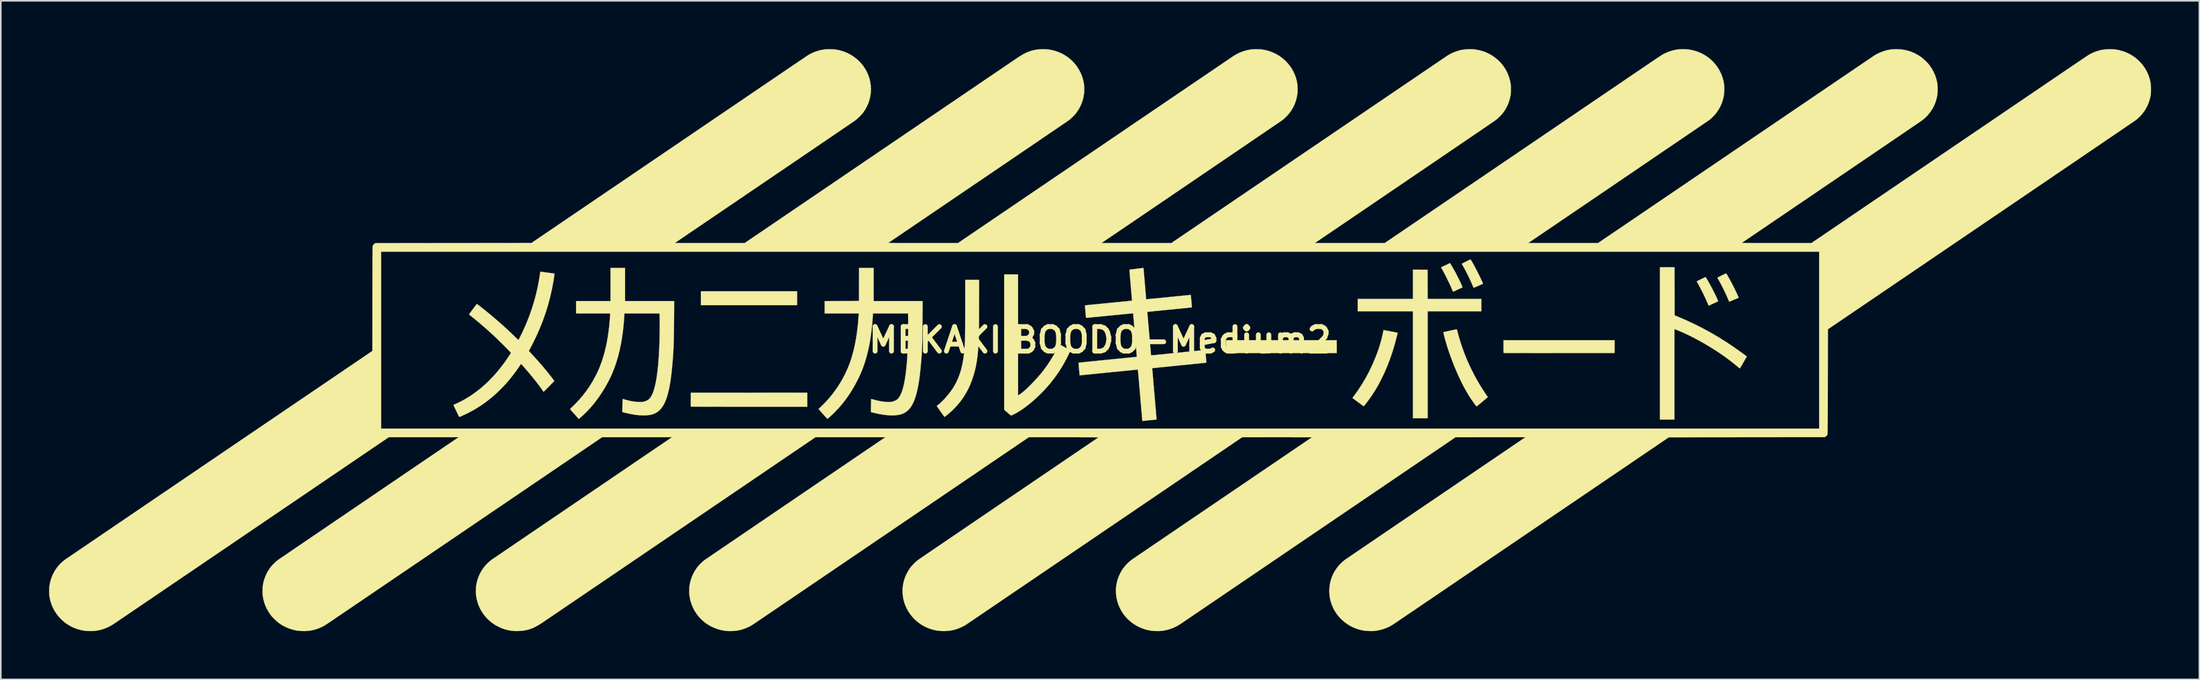
<source format=kicad_pcb>
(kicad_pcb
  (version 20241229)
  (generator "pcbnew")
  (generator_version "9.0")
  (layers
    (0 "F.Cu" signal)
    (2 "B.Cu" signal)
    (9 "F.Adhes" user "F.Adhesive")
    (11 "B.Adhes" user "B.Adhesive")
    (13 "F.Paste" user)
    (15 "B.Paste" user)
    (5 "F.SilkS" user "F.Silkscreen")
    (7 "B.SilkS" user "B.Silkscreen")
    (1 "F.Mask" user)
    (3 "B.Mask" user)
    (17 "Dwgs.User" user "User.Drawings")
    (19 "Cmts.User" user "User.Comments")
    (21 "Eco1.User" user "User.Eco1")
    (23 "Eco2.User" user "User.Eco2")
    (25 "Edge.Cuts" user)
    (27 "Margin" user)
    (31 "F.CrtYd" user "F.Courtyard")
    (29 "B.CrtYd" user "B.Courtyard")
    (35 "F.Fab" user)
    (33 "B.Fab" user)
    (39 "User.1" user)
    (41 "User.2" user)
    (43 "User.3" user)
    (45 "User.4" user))
  (footprint "MEKAKIIBOODO-Medium2"
    (layer "F.Cu")
    (at 65.277 18.075)
    (property "Reference" "MEKAKIIBOODO-Medium2" (at 0 0 0) (layer "F.SilkS") (effects (font (size 1.524 1.524) (thickness 0.3))))
    (attr through_hole)
    (fp_poly (pts (xy -18.816 -2.167) (xy -24.79 -2.167) (xy -24.79 -3.029) (xy -18.816 -3.029) (xy -18.816 -2.167)) (stroke (width 0.01) (type solid)) (fill yes) (layer "F.SilkS"))
    (fp_poly (pts (xy 14.704 0.81) (xy 7.815 0.81) (xy 7.815 0.011) (xy 14.704 0.011) (xy 14.704 0.81)) (stroke (width 0.01) (type solid)) (fill yes) (layer "F.SilkS"))
    (fp_poly (pts (xy 20.346 -4.37) (xy 20.349 -3.463) (xy 20.352 -2.556) (xy 23.686 -2.556) (xy 23.686 -1.788) (xy 20.352 -1.788) (xy 20.352 4.859) (xy 19.437 4.859) (xy 19.437 -1.788) (xy 16.008 -1.788) (xy 16.008 -2.556) (xy 19.437 -2.556) (xy 19.437 -4.376) (xy 20.346 -4.37)) (stroke (width 0.01) (type solid)) (fill yes) (layer "F.SilkS"))
    (fp_poly (pts (xy 31.96 0.408) (xy 31.958 0.805) (xy 28.518 0.807) (xy 28.25 0.807) (xy 27.988 0.808) (xy 27.731 0.808) (xy 27.482 0.808) (xy 27.241 0.808) (xy 27.008 0.808) (xy 26.784 0.808) (xy 26.571 0.807) (xy 26.368 0.807) (xy 26.178 0.807) (xy 25.999 0.807) (xy 25.834 0.807) (xy 25.683 0.806) (xy 25.546 0.806) (xy 25.425 0.806) (xy 25.321 0.805) (xy 25.233 0.805) (xy 25.164 0.804) (xy 25.113 0.804) (xy 25.082 0.803) (xy 25.07 0.803) (xy 25.07 0.803) (xy 25.069 0.791) (xy 25.067 0.761) (xy 25.066 0.714) (xy 25.065 0.653) (xy 25.064 0.581) (xy 25.064 0.499) (xy 25.063 0.411) (xy 25.063 0.403) (xy 25.063 0.011) (xy 31.963 0.011) (xy 31.96 0.408)) (stroke (width 0.01) (type solid)) (fill yes) (layer "F.SilkS"))
    (fp_poly (pts (xy -18.185 4.144) (xy -21.798 4.144) (xy -22.137 4.144) (xy -22.455 4.144) (xy -22.753 4.144) (xy -23.032 4.144) (xy -23.292 4.144) (xy -23.534 4.143) (xy -23.758 4.143) (xy -23.966 4.143) (xy -24.156 4.143) (xy -24.331 4.142) (xy -24.49 4.142) (xy -24.635 4.141) (xy -24.765 4.141) (xy -24.881 4.14) (xy -24.984 4.14) (xy -25.075 4.139) (xy -25.153 4.139) (xy -25.221 4.138) (xy -25.277 4.137) (xy -25.323 4.136) (xy -25.359 4.135) (xy -25.385 4.134) (xy -25.404 4.133) (xy -25.414 4.132) (xy -25.416 4.131) (xy -25.417 4.118) (xy -25.418 4.086) (xy -25.419 4.038) (xy -25.419 3.975) (xy -25.419 3.901) (xy -25.419 3.818) (xy -25.419 3.727) (xy -25.419 3.697) (xy -25.416 3.276) (xy -21.8 3.274) (xy -18.185 3.271) (xy -18.185 4.144)) (stroke (width 0.01) (type solid)) (fill yes) (layer "F.SilkS"))
    (fp_poly (pts (xy 21.745 -4.774) (xy 21.753 -4.761) (xy 21.77 -4.734) (xy 21.794 -4.694) (xy 21.824 -4.644) (xy 21.857 -4.586) (xy 21.893 -4.525) (xy 21.929 -4.463) (xy 21.964 -4.402) (xy 21.996 -4.346) (xy 22.023 -4.296) (xy 22.029 -4.286) (xy 22.075 -4.201) (xy 22.123 -4.111) (xy 22.171 -4.017) (xy 22.22 -3.921) (xy 22.268 -3.825) (xy 22.314 -3.731) (xy 22.357 -3.641) (xy 22.397 -3.556) (xy 22.432 -3.479) (xy 22.463 -3.412) (xy 22.486 -3.355) (xy 22.503 -3.312) (xy 22.512 -3.283) (xy 22.512 -3.272) (xy 22.499 -3.264) (xy 22.471 -3.25) (xy 22.433 -3.232) (xy 22.397 -3.215) (xy 22.352 -3.195) (xy 22.293 -3.167) (xy 22.227 -3.137) (xy 22.158 -3.105) (xy 22.112 -3.084) (xy 21.932 -3) (xy 21.829 -3.233) (xy 21.756 -3.396) (xy 21.677 -3.563) (xy 21.596 -3.732) (xy 21.514 -3.898) (xy 21.433 -4.058) (xy 21.354 -4.208) (xy 21.28 -4.344) (xy 21.234 -4.424) (xy 21.183 -4.513) (xy 21.422 -4.629) (xy 21.511 -4.672) (xy 21.582 -4.706) (xy 21.639 -4.733) (xy 21.681 -4.752) (xy 21.711 -4.765) (xy 21.731 -4.772) (xy 21.741 -4.775) (xy 21.745 -4.774)) (stroke (width 0.01) (type solid)) (fill yes) (layer "F.SilkS"))
    (fp_poly (pts (xy 23.019 -4.997) (xy 23.038 -4.971) (xy 23.064 -4.93) (xy 23.098 -4.875) (xy 23.138 -4.807) (xy 23.182 -4.729) (xy 23.231 -4.641) (xy 23.277 -4.558) (xy 23.315 -4.486) (xy 23.357 -4.406) (xy 23.401 -4.32) (xy 23.448 -4.229) (xy 23.494 -4.135) (xy 23.541 -4.041) (xy 23.586 -3.949) (xy 23.629 -3.86) (xy 23.669 -3.777) (xy 23.704 -3.701) (xy 23.735 -3.634) (xy 23.76 -3.579) (xy 23.777 -3.537) (xy 23.787 -3.51) (xy 23.789 -3.501) (xy 23.779 -3.495) (xy 23.752 -3.482) (xy 23.712 -3.463) (xy 23.662 -3.44) (xy 23.604 -3.414) (xy 23.541 -3.386) (xy 23.477 -3.358) (xy 23.414 -3.33) (xy 23.355 -3.305) (xy 23.304 -3.284) (xy 23.262 -3.267) (xy 23.234 -3.257) (xy 23.226 -3.254) (xy 23.205 -3.254) (xy 23.195 -3.267) (xy 23.189 -3.282) (xy 23.176 -3.314) (xy 23.157 -3.358) (xy 23.134 -3.412) (xy 23.107 -3.472) (xy 23.1 -3.49) (xy 23.019 -3.671) (xy 22.934 -3.855) (xy 22.845 -4.038) (xy 22.756 -4.216) (xy 22.668 -4.384) (xy 22.583 -4.538) (xy 22.562 -4.575) (xy 22.469 -4.738) (xy 22.733 -4.872) (xy 22.802 -4.906) (xy 22.865 -4.938) (xy 22.919 -4.965) (xy 22.963 -4.986) (xy 22.994 -5) (xy 23.008 -5.006) (xy 23.009 -5.006) (xy 23.019 -4.997)) (stroke (width 0.01) (type solid)) (fill yes) (layer "F.SilkS"))
    (fp_poly (pts (xy 37.609 -3.907) (xy 37.619 -3.9) (xy 37.633 -3.883) (xy 37.653 -3.855) (xy 37.679 -3.814) (xy 37.713 -3.757) (xy 37.725 -3.737) (xy 37.862 -3.499) (xy 37.992 -3.259) (xy 38.117 -3.016) (xy 38.161 -2.928) (xy 38.204 -2.84) (xy 38.244 -2.755) (xy 38.282 -2.675) (xy 38.315 -2.601) (xy 38.344 -2.537) (xy 38.367 -2.483) (xy 38.383 -2.442) (xy 38.392 -2.417) (xy 38.392 -2.408) (xy 38.381 -2.403) (xy 38.355 -2.39) (xy 38.314 -2.37) (xy 38.264 -2.346) (xy 38.205 -2.319) (xy 38.142 -2.29) (xy 38.078 -2.259) (xy 38.014 -2.23) (xy 37.954 -2.202) (xy 37.901 -2.178) (xy 37.858 -2.158) (xy 37.827 -2.144) (xy 37.813 -2.138) (xy 37.802 -2.139) (xy 37.8 -2.144) (xy 37.796 -2.157) (xy 37.784 -2.188) (xy 37.765 -2.233) (xy 37.74 -2.29) (xy 37.71 -2.357) (xy 37.677 -2.431) (xy 37.641 -2.511) (xy 37.603 -2.593) (xy 37.565 -2.676) (xy 37.527 -2.757) (xy 37.52 -2.771) (xy 37.469 -2.877) (xy 37.413 -2.991) (xy 37.353 -3.109) (xy 37.292 -3.226) (xy 37.232 -3.338) (xy 37.177 -3.441) (xy 37.127 -3.529) (xy 37.123 -3.536) (xy 37.099 -3.577) (xy 37.08 -3.612) (xy 37.068 -3.635) (xy 37.064 -3.644) (xy 37.073 -3.65) (xy 37.098 -3.663) (xy 37.136 -3.683) (xy 37.185 -3.707) (xy 37.241 -3.735) (xy 37.301 -3.765) (xy 37.363 -3.795) (xy 37.423 -3.824) (xy 37.479 -3.851) (xy 37.528 -3.875) (xy 37.567 -3.893) (xy 37.592 -3.904) (xy 37.6 -3.907) (xy 37.609 -3.907)) (stroke (width 0.01) (type solid)) (fill yes) (layer "F.SilkS"))
    (fp_poly (pts (xy 38.897 -4.134) (xy 38.9 -4.132) (xy 38.911 -4.116) (xy 38.931 -4.084) (xy 38.958 -4.039) (xy 38.991 -3.982) (xy 39.028 -3.917) (xy 39.068 -3.846) (xy 39.11 -3.771) (xy 39.152 -3.695) (xy 39.192 -3.62) (xy 39.211 -3.585) (xy 39.255 -3.502) (xy 39.3 -3.413) (xy 39.347 -3.321) (xy 39.394 -3.227) (xy 39.439 -3.134) (xy 39.483 -3.043) (xy 39.525 -2.956) (xy 39.563 -2.875) (xy 39.596 -2.803) (xy 39.624 -2.741) (xy 39.645 -2.69) (xy 39.659 -2.654) (xy 39.665 -2.633) (xy 39.665 -2.629) (xy 39.653 -2.623) (xy 39.625 -2.61) (xy 39.583 -2.592) (xy 39.532 -2.569) (xy 39.472 -2.544) (xy 39.457 -2.537) (xy 39.39 -2.509) (xy 39.323 -2.48) (xy 39.261 -2.454) (xy 39.209 -2.432) (xy 39.171 -2.415) (xy 39.17 -2.415) (xy 39.132 -2.4) (xy 39.101 -2.389) (xy 39.083 -2.385) (xy 39.08 -2.385) (xy 39.074 -2.397) (xy 39.062 -2.425) (xy 39.045 -2.464) (xy 39.025 -2.513) (xy 39.016 -2.533) (xy 38.944 -2.699) (xy 38.865 -2.872) (xy 38.783 -3.047) (xy 38.698 -3.22) (xy 38.614 -3.386) (xy 38.532 -3.542) (xy 38.454 -3.684) (xy 38.441 -3.706) (xy 38.411 -3.759) (xy 38.385 -3.805) (xy 38.365 -3.842) (xy 38.353 -3.867) (xy 38.349 -3.876) (xy 38.359 -3.881) (xy 38.385 -3.894) (xy 38.426 -3.915) (xy 38.478 -3.941) (xy 38.539 -3.972) (xy 38.606 -4.006) (xy 38.619 -4.012) (xy 38.699 -4.052) (xy 38.762 -4.083) (xy 38.811 -4.106) (xy 38.846 -4.121) (xy 38.871 -4.131) (xy 38.887 -4.135) (xy 38.897 -4.134)) (stroke (width 0.01) (type solid)) (fill yes) (layer "F.SilkS"))
    (fp_poly (pts (xy 35.689 -3.028) (xy 35.691 -1.534) (xy 35.902 -1.447) (xy 36.421 -1.224) (xy 36.93 -0.987) (xy 37.429 -0.735) (xy 37.92 -0.467) (xy 38.406 -0.184) (xy 38.888 0.118) (xy 39.367 0.438) (xy 39.846 0.778) (xy 39.979 0.876) (xy 40.176 1.021) (xy 40.059 1.223) (xy 40.017 1.296) (xy 39.972 1.375) (xy 39.926 1.455) (xy 39.883 1.529) (xy 39.849 1.588) (xy 39.818 1.641) (xy 39.79 1.688) (xy 39.768 1.726) (xy 39.752 1.751) (xy 39.746 1.76) (xy 39.735 1.757) (xy 39.712 1.742) (xy 39.68 1.718) (xy 39.641 1.686) (xy 39.629 1.676) (xy 39.377 1.466) (xy 39.107 1.256) (xy 38.821 1.045) (xy 38.522 0.837) (xy 38.213 0.632) (xy 37.895 0.432) (xy 37.572 0.239) (xy 37.245 0.054) (xy 36.918 -0.122) (xy 36.594 -0.285) (xy 36.273 -0.436) (xy 36.186 -0.476) (xy 36.129 -0.5) (xy 36.067 -0.527) (xy 36 -0.556) (xy 35.933 -0.584) (xy 35.868 -0.611) (xy 35.808 -0.635) (xy 35.757 -0.656) (xy 35.716 -0.671) (xy 35.69 -0.681) (xy 35.681 -0.684) (xy 35.68 -0.673) (xy 35.68 -0.643) (xy 35.68 -0.593) (xy 35.679 -0.525) (xy 35.679 -0.439) (xy 35.678 -0.336) (xy 35.678 -0.217) (xy 35.678 -0.084) (xy 35.677 0.064) (xy 35.677 0.225) (xy 35.677 0.398) (xy 35.677 0.583) (xy 35.676 0.779) (xy 35.676 0.984) (xy 35.676 1.199) (xy 35.676 1.421) (xy 35.676 1.651) (xy 35.676 1.887) (xy 35.676 2.129) (xy 35.676 4.943) (xy 34.782 4.943) (xy 34.782 -4.523) (xy 35.686 -4.523) (xy 35.689 -3.028)) (stroke (width 0.01) (type solid)) (fill yes) (layer "F.SilkS"))
    (fp_poly (pts (xy 17.622 -0.617) (xy 17.65 -0.612) (xy 17.694 -0.604) (xy 17.751 -0.594) (xy 17.818 -0.581) (xy 17.893 -0.567) (xy 17.973 -0.552) (xy 18.055 -0.537) (xy 18.137 -0.521) (xy 18.216 -0.506) (xy 18.289 -0.491) (xy 18.355 -0.478) (xy 18.409 -0.467) (xy 18.451 -0.459) (xy 18.477 -0.453) (xy 18.484 -0.451) (xy 18.483 -0.44) (xy 18.478 -0.411) (xy 18.469 -0.369) (xy 18.456 -0.315) (xy 18.442 -0.253) (xy 18.437 -0.236) (xy 18.314 0.233) (xy 18.179 0.688) (xy 18.03 1.129) (xy 17.869 1.554) (xy 17.697 1.964) (xy 17.512 2.358) (xy 17.315 2.735) (xy 17.106 3.097) (xy 16.886 3.441) (xy 16.655 3.768) (xy 16.484 3.989) (xy 16.449 4.032) (xy 16.419 4.068) (xy 16.395 4.095) (xy 16.381 4.11) (xy 16.378 4.112) (xy 16.368 4.106) (xy 16.343 4.089) (xy 16.305 4.062) (xy 16.256 4.026) (xy 16.197 3.983) (xy 16.13 3.934) (xy 16.057 3.88) (xy 16.029 3.859) (xy 15.955 3.804) (xy 15.886 3.753) (xy 15.824 3.707) (xy 15.771 3.668) (xy 15.729 3.637) (xy 15.7 3.615) (xy 15.685 3.603) (xy 15.683 3.602) (xy 15.688 3.593) (xy 15.703 3.569) (xy 15.727 3.535) (xy 15.758 3.493) (xy 15.785 3.456) (xy 16.046 3.092) (xy 16.29 2.716) (xy 16.518 2.329) (xy 16.729 1.929) (xy 16.925 1.516) (xy 17.091 1.124) (xy 17.204 0.833) (xy 17.304 0.554) (xy 17.391 0.284) (xy 17.466 0.021) (xy 17.53 -0.24) (xy 17.57 -0.428) (xy 17.583 -0.487) (xy 17.593 -0.54) (xy 17.602 -0.581) (xy 17.608 -0.608) (xy 17.611 -0.618) (xy 17.622 -0.617)) (stroke (width 0.01) (type solid)) (fill yes) (layer "F.SilkS"))
    (fp_poly (pts (xy -5.091 3.439) (xy -5.035 3.406) (xy -4.946 3.349) (xy -4.846 3.275) (xy -4.736 3.185) (xy -4.616 3.079) (xy -4.487 2.959) (xy -4.35 2.825) (xy -4.206 2.678) (xy -4.055 2.518) (xy -4.003 2.461) (xy -3.899 2.346) (xy -3.806 2.242) (xy -3.722 2.143) (xy -3.642 2.047) (xy -3.564 1.95) (xy -3.484 1.847) (xy -3.452 1.804) (xy -3.276 1.561) (xy -3.108 1.307) (xy -2.949 1.049) (xy -2.802 0.789) (xy -2.67 0.532) (xy -2.614 0.413) (xy -2.541 0.253) (xy -2.493 0.28) (xy -2.472 0.292) (xy -2.435 0.312) (xy -2.386 0.339) (xy -2.325 0.373) (xy -2.257 0.41) (xy -2.184 0.45) (xy -2.147 0.471) (xy -2.075 0.511) (xy -2.008 0.548) (xy -1.95 0.581) (xy -1.903 0.609) (xy -1.868 0.63) (xy -1.848 0.643) (xy -1.844 0.647) (xy -1.847 0.659) (xy -1.858 0.688) (xy -1.876 0.73) (xy -1.899 0.782) (xy -1.926 0.842) (xy -1.939 0.871) (xy -2.13 1.253) (xy -2.338 1.622) (xy -2.563 1.979) (xy -2.804 2.323) (xy -3.063 2.655) (xy -3.339 2.975) (xy -3.497 3.145) (xy -3.718 3.37) (xy -3.94 3.582) (xy -4.161 3.781) (xy -4.38 3.966) (xy -4.595 4.135) (xy -4.806 4.287) (xy -5.01 4.422) (xy -5.138 4.499) (xy -5.178 4.521) (xy -5.227 4.547) (xy -5.281 4.575) (xy -5.337 4.604) (xy -5.391 4.631) (xy -5.441 4.654) (xy -5.481 4.673) (xy -5.51 4.686) (xy -5.524 4.69) (xy -5.535 4.684) (xy -5.56 4.665) (xy -5.597 4.636) (xy -5.642 4.599) (xy -5.694 4.555) (xy -5.745 4.511) (xy -5.953 4.332) (xy -5.953 -4.081) (xy -5.091 -4.081) (xy -5.091 3.439)) (stroke (width 0.01) (type solid)) (fill yes) (layer "F.SilkS"))
    (fp_poly (pts (xy 22.161 -0.665) (xy 22.166 -0.653) (xy 22.175 -0.624) (xy 22.187 -0.581) (xy 22.201 -0.529) (xy 22.212 -0.484) (xy 22.279 -0.24) (xy 22.354 0.014) (xy 22.436 0.272) (xy 22.523 0.529) (xy 22.614 0.778) (xy 22.705 1.014) (xy 22.745 1.11) (xy 22.89 1.446) (xy 23.048 1.781) (xy 23.215 2.112) (xy 23.39 2.437) (xy 23.572 2.752) (xy 23.759 3.053) (xy 23.948 3.337) (xy 24.012 3.429) (xy 24.04 3.47) (xy 24.064 3.505) (xy 24.079 3.53) (xy 24.085 3.542) (xy 24.085 3.542) (xy 24.078 3.55) (xy 24.056 3.57) (xy 24.021 3.6) (xy 23.977 3.639) (xy 23.925 3.683) (xy 23.866 3.733) (xy 23.804 3.786) (xy 23.739 3.84) (xy 23.675 3.894) (xy 23.613 3.945) (xy 23.555 3.993) (xy 23.503 4.036) (xy 23.459 4.072) (xy 23.425 4.098) (xy 23.404 4.115) (xy 23.397 4.119) (xy 23.382 4.115) (xy 23.369 4.104) (xy 23.358 4.089) (xy 23.337 4.06) (xy 23.308 4.021) (xy 23.273 3.976) (xy 23.248 3.943) (xy 23.075 3.701) (xy 22.903 3.439) (xy 22.735 3.155) (xy 22.569 2.852) (xy 22.405 2.527) (xy 22.244 2.182) (xy 22.134 1.93) (xy 21.998 1.603) (xy 21.871 1.277) (xy 21.752 0.956) (xy 21.643 0.642) (xy 21.545 0.337) (xy 21.458 0.043) (xy 21.383 -0.237) (xy 21.378 -0.258) (xy 21.363 -0.319) (xy 21.349 -0.374) (xy 21.339 -0.42) (xy 21.331 -0.452) (xy 21.328 -0.467) (xy 21.329 -0.479) (xy 21.34 -0.488) (xy 21.366 -0.496) (xy 21.388 -0.501) (xy 21.413 -0.506) (xy 21.456 -0.516) (xy 21.513 -0.529) (xy 21.583 -0.544) (xy 21.661 -0.562) (xy 21.745 -0.581) (xy 21.802 -0.594) (xy 21.885 -0.612) (xy 21.962 -0.629) (xy 22.029 -0.643) (xy 22.085 -0.654) (xy 22.127 -0.662) (xy 22.153 -0.665) (xy 22.161 -0.665)) (stroke (width 0.01) (type solid)) (fill yes) (layer "F.SilkS"))
    (fp_poly (pts (xy -7.513 -1.996) (xy -7.513 -1.764) (xy -7.514 -1.553) (xy -7.514 -1.36) (xy -7.515 -1.184) (xy -7.516 -1.024) (xy -7.516 -0.879) (xy -7.517 -0.748) (xy -7.518 -0.629) (xy -7.52 -0.521) (xy -7.521 -0.423) (xy -7.522 -0.334) (xy -7.524 -0.252) (xy -7.526 -0.176) (xy -7.529 -0.105) (xy -7.531 -0.038) (xy -7.534 0.027) (xy -7.537 0.091) (xy -7.541 0.154) (xy -7.545 0.219) (xy -7.549 0.287) (xy -7.554 0.358) (xy -7.557 0.405) (xy -7.577 0.658) (xy -7.599 0.893) (xy -7.625 1.113) (xy -7.655 1.32) (xy -7.689 1.518) (xy -7.727 1.708) (xy -7.771 1.893) (xy -7.82 2.077) (xy -7.841 2.151) (xy -7.943 2.463) (xy -8.058 2.76) (xy -8.187 3.042) (xy -8.332 3.311) (xy -8.492 3.567) (xy -8.668 3.812) (xy -8.86 4.045) (xy -9.07 4.268) (xy -9.136 4.333) (xy -9.188 4.383) (xy -9.246 4.436) (xy -9.308 4.491) (xy -9.37 4.546) (xy -9.432 4.599) (xy -9.491 4.648) (xy -9.545 4.692) (xy -9.591 4.728) (xy -9.628 4.755) (xy -9.653 4.771) (xy -9.662 4.775) (xy -9.67 4.767) (xy -9.689 4.743) (xy -9.716 4.705) (xy -9.752 4.656) (xy -9.794 4.597) (xy -9.841 4.53) (xy -9.892 4.456) (xy -9.906 4.436) (xy -10.141 4.097) (xy -10.101 4.065) (xy -9.923 3.915) (xy -9.746 3.745) (xy -9.571 3.557) (xy -9.4 3.352) (xy -9.308 3.234) (xy -9.162 3.029) (xy -9.031 2.816) (xy -8.913 2.594) (xy -8.808 2.362) (xy -8.716 2.118) (xy -8.636 1.861) (xy -8.567 1.59) (xy -8.511 1.305) (xy -8.465 1.003) (xy -8.431 0.685) (xy -8.43 0.684) (xy -8.423 0.603) (xy -8.417 0.526) (xy -8.411 0.449) (xy -8.406 0.373) (xy -8.401 0.296) (xy -8.396 0.217) (xy -8.392 0.134) (xy -8.389 0.047) (xy -8.386 -0.045) (xy -8.383 -0.145) (xy -8.381 -0.253) (xy -8.379 -0.369) (xy -8.377 -0.497) (xy -8.376 -0.635) (xy -8.375 -0.787) (xy -8.374 -0.952) (xy -8.373 -1.133) (xy -8.373 -1.329) (xy -8.372 -1.543) (xy -8.372 -1.776) (xy -8.372 -2.029) (xy -8.372 -2.048) (xy -8.372 -3.744) (xy -7.508 -3.744) (xy -7.513 -1.996)) (stroke (width 0.01) (type solid)) (fill yes) (layer "F.SilkS"))
    (fp_poly (pts (xy -14.062 -2.419) (xy -11.02 -2.419) (xy -11.026 -1.196) (xy -11.027 -0.97) (xy -11.028 -0.764) (xy -11.03 -0.575) (xy -11.031 -0.402) (xy -11.033 -0.244) (xy -11.035 -0.098) (xy -11.038 0.038) (xy -11.041 0.163) (xy -11.045 0.282) (xy -11.049 0.394) (xy -11.053 0.503) (xy -11.058 0.608) (xy -11.064 0.713) (xy -11.071 0.819) (xy -11.079 0.928) (xy -11.087 1.041) (xy -11.096 1.159) (xy -11.106 1.286) (xy -11.107 1.294) (xy -11.131 1.571) (xy -11.156 1.829) (xy -11.182 2.069) (xy -11.209 2.292) (xy -11.237 2.499) (xy -11.268 2.692) (xy -11.3 2.873) (xy -11.334 3.043) (xy -11.371 3.203) (xy -11.41 3.354) (xy -11.452 3.498) (xy -11.47 3.555) (xy -11.531 3.73) (xy -11.597 3.886) (xy -11.667 4.025) (xy -11.742 4.147) (xy -11.825 4.256) (xy -11.901 4.339) (xy -11.997 4.425) (xy -12.1 4.498) (xy -12.209 4.558) (xy -12.328 4.605) (xy -12.458 4.64) (xy -12.601 4.664) (xy -12.76 4.677) (xy -12.906 4.68) (xy -13.036 4.678) (xy -13.165 4.671) (xy -13.297 4.659) (xy -13.434 4.642) (xy -13.579 4.619) (xy -13.734 4.59) (xy -13.903 4.554) (xy -14.088 4.511) (xy -14.155 4.495) (xy -14.233 4.476) (xy -14.225 4.071) (xy -14.223 3.98) (xy -14.222 3.897) (xy -14.22 3.823) (xy -14.218 3.76) (xy -14.216 3.71) (xy -14.215 3.677) (xy -14.214 3.662) (xy -14.214 3.661) (xy -14.202 3.662) (xy -14.176 3.668) (xy -14.137 3.679) (xy -14.102 3.689) (xy -13.879 3.751) (xy -13.663 3.797) (xy -13.455 3.829) (xy -13.258 3.846) (xy -13.081 3.847) (xy -13.018 3.845) (xy -12.97 3.841) (xy -12.931 3.836) (xy -12.894 3.828) (xy -12.855 3.816) (xy -12.831 3.808) (xy -12.738 3.773) (xy -12.662 3.734) (xy -12.598 3.69) (xy -12.544 3.639) (xy -12.478 3.557) (xy -12.416 3.455) (xy -12.358 3.334) (xy -12.304 3.194) (xy -12.253 3.034) (xy -12.205 2.855) (xy -12.161 2.655) (xy -12.121 2.436) (xy -12.084 2.197) (xy -12.05 1.937) (xy -12.02 1.657) (xy -11.994 1.357) (xy -11.97 1.036) (xy -11.954 0.752) (xy -11.946 0.612) (xy -11.94 0.475) (xy -11.934 0.339) (xy -11.93 0.202) (xy -11.926 0.062) (xy -11.922 -0.084) (xy -11.92 -0.237) (xy -11.918 -0.399) (xy -11.916 -0.573) (xy -11.916 -0.761) (xy -11.915 -0.964) (xy -11.915 -1.185) (xy -11.916 -1.312) (xy -11.916 -1.651) (xy -14.102 -1.651) (xy -14.109 -1.549) (xy -14.119 -1.401) (xy -14.129 -1.263) (xy -14.139 -1.135) (xy -14.148 -1.02) (xy -14.156 -0.922) (xy -14.163 -0.857) (xy -14.212 -0.43) (xy -14.272 -0.02) (xy -14.344 0.374) (xy -14.428 0.751) (xy -14.523 1.113) (xy -14.63 1.46) (xy -14.749 1.792) (xy -14.88 2.111) (xy -15.021 2.412) (xy -15.203 2.759) (xy -15.392 3.088) (xy -15.59 3.399) (xy -15.798 3.693) (xy -16.015 3.972) (xy -16.244 4.237) (xy -16.484 4.488) (xy -16.53 4.533) (xy -16.586 4.588) (xy -16.646 4.645) (xy -16.706 4.7) (xy -16.763 4.753) (xy -16.816 4.8) (xy -16.863 4.841) (xy -16.899 4.871) (xy -16.924 4.89) (xy -16.928 4.893) (xy -16.937 4.887) (xy -16.959 4.867) (xy -16.991 4.834) (xy -17.033 4.79) (xy -17.082 4.738) (xy -17.137 4.677) (xy -17.197 4.611) (xy -17.21 4.596) (xy -17.271 4.528) (xy -17.326 4.466) (xy -17.375 4.41) (xy -17.416 4.362) (xy -17.448 4.324) (xy -17.47 4.297) (xy -17.479 4.285) (xy -17.479 4.284) (xy -17.471 4.275) (xy -17.449 4.253) (xy -17.417 4.222) (xy -17.377 4.183) (xy -17.33 4.138) (xy -17.313 4.122) (xy -17.06 3.871) (xy -16.819 3.604) (xy -16.59 3.322) (xy -16.374 3.026) (xy -16.173 2.72) (xy -15.988 2.403) (xy -15.819 2.079) (xy -15.669 1.749) (xy -15.562 1.481) (xy -15.455 1.171) (xy -15.358 0.842) (xy -15.271 0.495) (xy -15.195 0.131) (xy -15.129 -0.25) (xy -15.074 -0.648) (xy -15.029 -1.062) (xy -14.995 -1.493) (xy -14.992 -1.538) (xy -14.985 -1.651) (xy -17.102 -1.651) (xy -17.102 -2.419) (xy -16.037 -2.422) (xy -14.972 -2.424) (xy -14.966 -4.48) (xy -14.062 -4.48) (xy -14.062 -2.419)) (stroke (width 0.01) (type solid)) (fill yes) (layer "F.SilkS"))
    (fp_poly (pts (xy -29.502 -2.419) (xy -26.451 -2.419) (xy -26.457 -1.491) (xy -26.459 -1.24) (xy -26.461 -1.008) (xy -26.463 -0.794) (xy -26.465 -0.597) (xy -26.468 -0.415) (xy -26.47 -0.246) (xy -26.474 -0.089) (xy -26.477 0.058) (xy -26.481 0.196) (xy -26.486 0.326) (xy -26.491 0.451) (xy -26.496 0.572) (xy -26.502 0.689) (xy -26.509 0.806) (xy -26.517 0.923) (xy -26.526 1.041) (xy -26.535 1.163) (xy -26.542 1.252) (xy -26.566 1.535) (xy -26.591 1.798) (xy -26.617 2.043) (xy -26.644 2.271) (xy -26.673 2.484) (xy -26.704 2.683) (xy -26.737 2.868) (xy -26.772 3.043) (xy -26.81 3.207) (xy -26.85 3.363) (xy -26.889 3.498) (xy -26.955 3.696) (xy -27.029 3.875) (xy -27.111 4.034) (xy -27.201 4.174) (xy -27.299 4.297) (xy -27.406 4.401) (xy -27.521 4.487) (xy -27.646 4.557) (xy -27.78 4.609) (xy -27.784 4.61) (xy -27.854 4.631) (xy -27.922 4.647) (xy -27.993 4.659) (xy -28.07 4.667) (xy -28.158 4.673) (xy -28.262 4.677) (xy -28.281 4.678) (xy -28.402 4.679) (xy -28.519 4.676) (xy -28.636 4.669) (xy -28.754 4.658) (xy -28.878 4.642) (xy -29.009 4.621) (xy -29.152 4.594) (xy -29.308 4.561) (xy -29.481 4.521) (xy -29.484 4.52) (xy -29.671 4.476) (xy -29.664 4.071) (xy -29.662 3.981) (xy -29.661 3.897) (xy -29.659 3.823) (xy -29.657 3.76) (xy -29.656 3.711) (xy -29.655 3.677) (xy -29.654 3.662) (xy -29.653 3.662) (xy -29.643 3.663) (xy -29.615 3.669) (xy -29.575 3.68) (xy -29.524 3.694) (xy -29.483 3.705) (xy -29.315 3.751) (xy -29.16 3.786) (xy -29.013 3.813) (xy -28.87 3.832) (xy -28.726 3.843) (xy -28.655 3.846) (xy -28.562 3.848) (xy -28.485 3.847) (xy -28.42 3.843) (xy -28.363 3.834) (xy -28.308 3.821) (xy -28.256 3.805) (xy -28.158 3.766) (xy -28.074 3.717) (xy -28.001 3.658) (xy -27.936 3.584) (xy -27.877 3.495) (xy -27.824 3.393) (xy -27.769 3.266) (xy -27.718 3.121) (xy -27.671 2.96) (xy -27.626 2.78) (xy -27.585 2.583) (xy -27.548 2.368) (xy -27.513 2.134) (xy -27.482 1.881) (xy -27.453 1.609) (xy -27.428 1.317) (xy -27.406 1.006) (xy -27.387 0.673) (xy -27.378 0.494) (xy -27.373 0.377) (xy -27.368 0.243) (xy -27.364 0.096) (xy -27.36 -0.061) (xy -27.357 -0.224) (xy -27.354 -0.389) (xy -27.352 -0.554) (xy -27.35 -0.715) (xy -27.349 -0.869) (xy -27.349 -1.011) (xy -27.35 -1.139) (xy -27.351 -1.249) (xy -27.359 -1.651) (xy -29.542 -1.651) (xy -29.549 -1.522) (xy -29.581 -1.062) (xy -29.626 -0.616) (xy -29.684 -0.185) (xy -29.755 0.231) (xy -29.839 0.631) (xy -29.935 1.015) (xy -30.044 1.384) (xy -30.165 1.736) (xy -30.299 2.072) (xy -30.415 2.327) (xy -30.561 2.616) (xy -30.72 2.902) (xy -30.889 3.182) (xy -31.069 3.455) (xy -31.256 3.717) (xy -31.45 3.966) (xy -31.649 4.202) (xy -31.851 4.42) (xy -32.049 4.614) (xy -32.094 4.656) (xy -32.142 4.7) (xy -32.192 4.744) (xy -32.241 4.787) (xy -32.285 4.827) (xy -32.324 4.859) (xy -32.353 4.884) (xy -32.371 4.898) (xy -32.375 4.901) (xy -32.383 4.893) (xy -32.403 4.871) (xy -32.433 4.837) (xy -32.474 4.793) (xy -32.522 4.739) (xy -32.576 4.679) (xy -32.635 4.613) (xy -32.641 4.606) (xy -32.701 4.539) (xy -32.756 4.477) (xy -32.806 4.421) (xy -32.848 4.373) (xy -32.881 4.336) (xy -32.903 4.31) (xy -32.913 4.299) (xy -32.914 4.298) (xy -32.912 4.285) (xy -32.897 4.263) (xy -32.865 4.231) (xy -32.856 4.222) (xy -32.587 3.961) (xy -32.338 3.696) (xy -32.107 3.424) (xy -31.893 3.145) (xy -31.695 2.855) (xy -31.51 2.554) (xy -31.338 2.238) (xy -31.254 2.072) (xy -31.18 1.916) (xy -31.115 1.769) (xy -31.055 1.623) (xy -30.998 1.471) (xy -30.94 1.307) (xy -30.927 1.267) (xy -30.838 0.987) (xy -30.759 0.7) (xy -30.688 0.403) (xy -30.625 0.096) (xy -30.57 -0.224) (xy -30.522 -0.56) (xy -30.481 -0.913) (xy -30.47 -1.025) (xy -30.464 -1.083) (xy -30.459 -1.15) (xy -30.453 -1.224) (xy -30.447 -1.301) (xy -30.441 -1.376) (xy -30.436 -1.448) (xy -30.432 -1.51) (xy -30.429 -1.561) (xy -30.428 -1.597) (xy -30.427 -1.607) (xy -30.427 -1.651) (xy -32.541 -1.651) (xy -32.541 -2.419) (xy -30.406 -2.419) (xy -30.406 -4.48) (xy -29.502 -4.48) (xy -29.502 -2.419)) (stroke (width 0.01) (type solid)) (fill yes) (layer "F.SilkS"))
    (fp_poly (pts (xy -34.741 -4.245) (xy -34.724 -4.242) (xy -34.69 -4.237) (xy -34.639 -4.23) (xy -34.575 -4.222) (xy -34.499 -4.211) (xy -34.415 -4.2) (xy -34.325 -4.188) (xy -34.303 -4.185) (xy -34.213 -4.173) (xy -34.129 -4.162) (xy -34.054 -4.152) (xy -33.991 -4.143) (xy -33.94 -4.135) (xy -33.906 -4.13) (xy -33.889 -4.127) (xy -33.888 -4.127) (xy -33.887 -4.114) (xy -33.889 -4.082) (xy -33.895 -4.032) (xy -33.904 -3.967) (xy -33.915 -3.888) (xy -33.929 -3.796) (xy -33.946 -3.694) (xy -33.952 -3.655) (xy -34.046 -3.15) (xy -34.159 -2.654) (xy -34.29 -2.164) (xy -34.44 -1.68) (xy -34.609 -1.2) (xy -34.799 -0.724) (xy -35.008 -0.251) (xy -35.238 0.22) (xy -35.383 0.497) (xy -35.478 0.673) (xy -35.448 0.708) (xy -35.432 0.726) (xy -35.405 0.756) (xy -35.368 0.797) (xy -35.324 0.845) (xy -35.275 0.898) (xy -35.244 0.932) (xy -34.978 1.223) (xy -34.728 1.507) (xy -34.49 1.787) (xy -34.262 2.065) (xy -34.042 2.347) (xy -34 2.401) (xy -33.965 2.447) (xy -33.936 2.488) (xy -33.914 2.519) (xy -33.902 2.539) (xy -33.9 2.545) (xy -33.908 2.554) (xy -33.929 2.577) (xy -33.961 2.61) (xy -34.002 2.653) (xy -34.051 2.703) (xy -34.105 2.758) (xy -34.163 2.817) (xy -34.223 2.878) (xy -34.284 2.94) (xy -34.343 2.999) (xy -34.398 3.055) (xy -34.449 3.105) (xy -34.492 3.149) (xy -34.527 3.183) (xy -34.552 3.206) (xy -34.564 3.217) (xy -34.564 3.217) (xy -34.572 3.207) (xy -34.587 3.184) (xy -34.608 3.152) (xy -34.614 3.145) (xy -34.683 3.044) (xy -34.765 2.929) (xy -34.858 2.804) (xy -34.96 2.67) (xy -35.07 2.529) (xy -35.186 2.383) (xy -35.306 2.236) (xy -35.429 2.088) (xy -35.469 2.04) (xy -35.528 1.971) (xy -35.589 1.9) (xy -35.65 1.83) (xy -35.71 1.761) (xy -35.767 1.696) (xy -35.819 1.636) (xy -35.866 1.584) (xy -35.905 1.54) (xy -35.934 1.508) (xy -35.953 1.488) (xy -35.96 1.483) (xy -35.968 1.491) (xy -35.985 1.514) (xy -36.009 1.548) (xy -36.038 1.59) (xy -36.049 1.607) (xy -36.185 1.805) (xy -36.333 2.009) (xy -36.489 2.214) (xy -36.649 2.414) (xy -36.808 2.604) (xy -36.927 2.74) (xy -36.978 2.795) (xy -37.041 2.861) (xy -37.113 2.934) (xy -37.19 3.013) (xy -37.27 3.093) (xy -37.349 3.17) (xy -37.424 3.243) (xy -37.491 3.307) (xy -37.543 3.355) (xy -37.849 3.619) (xy -38.166 3.865) (xy -38.494 4.094) (xy -38.831 4.303) (xy -39.178 4.494) (xy -39.183 4.497) (xy -39.246 4.529) (xy -39.316 4.563) (xy -39.39 4.599) (xy -39.466 4.635) (xy -39.541 4.669) (xy -39.61 4.7) (xy -39.672 4.728) (xy -39.724 4.749) (xy -39.762 4.764) (xy -39.781 4.77) (xy -39.794 4.772) (xy -39.805 4.769) (xy -39.816 4.756) (xy -39.83 4.731) (xy -39.85 4.69) (xy -39.85 4.689) (xy -39.868 4.65) (xy -39.893 4.598) (xy -39.923 4.536) (xy -39.954 4.471) (xy -39.977 4.423) (xy -40.009 4.357) (xy -40.042 4.289) (xy -40.073 4.224) (xy -40.1 4.168) (xy -40.114 4.138) (xy -40.164 4.032) (xy -40.026 3.97) (xy -39.697 3.812) (xy -39.376 3.635) (xy -39.062 3.438) (xy -38.755 3.221) (xy -38.456 2.985) (xy -38.165 2.73) (xy -37.882 2.456) (xy -37.607 2.164) (xy -37.34 1.852) (xy -37.082 1.522) (xy -36.98 1.384) (xy -36.943 1.331) (xy -36.901 1.271) (xy -36.856 1.206) (xy -36.811 1.139) (xy -36.766 1.071) (xy -36.723 1.006) (xy -36.683 0.945) (xy -36.648 0.892) (xy -36.621 0.848) (xy -36.601 0.815) (xy -36.592 0.796) (xy -36.591 0.794) (xy -36.598 0.783) (xy -36.619 0.76) (xy -36.652 0.724) (xy -36.696 0.678) (xy -36.749 0.623) (xy -36.811 0.56) (xy -36.879 0.492) (xy -36.952 0.418) (xy -37.028 0.341) (xy -37.107 0.262) (xy -37.187 0.183) (xy -37.267 0.105) (xy -37.344 0.029) (xy -37.418 -0.044) (xy -37.488 -0.111) (xy -37.551 -0.172) (xy -37.606 -0.224) (xy -37.637 -0.253) (xy -37.932 -0.523) (xy -38.22 -0.779) (xy -38.503 -1.023) (xy -38.787 -1.26) (xy -39.015 -1.446) (xy -39.066 -1.487) (xy -39.112 -1.523) (xy -39.15 -1.554) (xy -39.177 -1.576) (xy -39.19 -1.587) (xy -39.192 -1.588) (xy -39.187 -1.597) (xy -39.171 -1.621) (xy -39.146 -1.657) (xy -39.113 -1.703) (xy -39.074 -1.757) (xy -39.031 -1.817) (xy -38.984 -1.88) (xy -38.937 -1.944) (xy -38.89 -2.006) (xy -38.845 -2.066) (xy -38.804 -2.12) (xy -38.768 -2.166) (xy -38.74 -2.202) (xy -38.72 -2.225) (xy -38.711 -2.234) (xy -38.7 -2.232) (xy -38.676 -2.22) (xy -38.64 -2.195) (xy -38.589 -2.158) (xy -38.524 -2.108) (xy -38.52 -2.104) (xy -38.157 -1.816) (xy -37.794 -1.516) (xy -37.434 -1.209) (xy -37.082 -0.899) (xy -36.741 -0.587) (xy -36.416 -0.279) (xy -36.325 -0.19) (xy -36.272 -0.139) (xy -36.225 -0.093) (xy -36.184 -0.054) (xy -36.152 -0.025) (xy -36.131 -0.007) (xy -36.124 -0.001) (xy -36.116 -0.014) (xy -36.1 -0.044) (xy -36.077 -0.087) (xy -36.05 -0.14) (xy -36.019 -0.2) (xy -35.986 -0.266) (xy -35.953 -0.333) (xy -35.92 -0.399) (xy -35.89 -0.462) (xy -35.863 -0.517) (xy -35.849 -0.547) (xy -35.641 -1.013) (xy -35.454 -1.484) (xy -35.286 -1.961) (xy -35.138 -2.442) (xy -35.011 -2.927) (xy -34.903 -3.414) (xy -34.817 -3.903) (xy -34.786 -4.115) (xy -34.768 -4.25) (xy -34.741 -4.245)) (stroke (width 0.01) (type solid)) (fill yes) (layer "F.SilkS"))
    (fp_poly (pts (xy 2.699 -4.477) (xy 2.7 -4.467) (xy 2.703 -4.437) (xy 2.708 -4.388) (xy 2.713 -4.324) (xy 2.72 -4.244) (xy 2.728 -4.151) (xy 2.738 -4.045) (xy 2.748 -3.929) (xy 2.758 -3.803) (xy 2.77 -3.67) (xy 2.781 -3.53) (xy 2.784 -3.505) (xy 2.865 -2.535) (xy 2.903 -2.535) (xy 2.917 -2.536) (xy 2.952 -2.539) (xy 3.005 -2.544) (xy 3.075 -2.551) (xy 3.161 -2.559) (xy 3.261 -2.569) (xy 3.375 -2.58) (xy 3.5 -2.592) (xy 3.637 -2.606) (xy 3.782 -2.62) (xy 3.936 -2.635) (xy 4.096 -2.651) (xy 4.263 -2.668) (xy 4.286 -2.67) (xy 4.452 -2.687) (xy 4.612 -2.703) (xy 4.765 -2.718) (xy 4.91 -2.732) (xy 5.045 -2.746) (xy 5.17 -2.758) (xy 5.282 -2.769) (xy 5.381 -2.779) (xy 5.466 -2.787) (xy 5.535 -2.794) (xy 5.586 -2.799) (xy 5.62 -2.802) (xy 5.634 -2.803) (xy 5.634 -2.803) (xy 5.637 -2.792) (xy 5.64 -2.763) (xy 5.645 -2.719) (xy 5.651 -2.662) (xy 5.658 -2.596) (xy 5.665 -2.523) (xy 5.673 -2.446) (xy 5.68 -2.368) (xy 5.687 -2.292) (xy 5.693 -2.221) (xy 5.698 -2.157) (xy 5.703 -2.103) (xy 5.706 -2.063) (xy 5.707 -2.038) (xy 5.706 -2.032) (xy 5.703 -2.031) (xy 5.695 -2.029) (xy 5.681 -2.027) (xy 5.66 -2.025) (xy 5.632 -2.021) (xy 5.596 -2.017) (xy 5.55 -2.012) (xy 5.494 -2.006) (xy 5.427 -1.999) (xy 5.349 -1.991) (xy 5.257 -1.982) (xy 5.152 -1.971) (xy 5.033 -1.959) (xy 4.898 -1.946) (xy 4.748 -1.931) (xy 4.58 -1.914) (xy 4.394 -1.896) (xy 4.19 -1.876) (xy 3.966 -1.854) (xy 3.828 -1.84) (xy 3.694 -1.827) (xy 3.566 -1.814) (xy 3.445 -1.802) (xy 3.333 -1.791) (xy 3.232 -1.781) (xy 3.144 -1.772) (xy 3.069 -1.765) (xy 3.009 -1.759) (xy 2.967 -1.754) (xy 2.942 -1.752) (xy 2.937 -1.751) (xy 2.937 -1.74) (xy 2.94 -1.71) (xy 2.943 -1.663) (xy 2.949 -1.598) (xy 2.955 -1.519) (xy 2.963 -1.427) (xy 2.972 -1.322) (xy 2.982 -1.207) (xy 2.992 -1.083) (xy 3.004 -0.952) (xy 3.015 -0.815) (xy 3.028 -0.674) (xy 3.04 -0.529) (xy 3.053 -0.384) (xy 3.065 -0.238) (xy 3.078 -0.094) (xy 3.09 0.046) (xy 3.102 0.183) (xy 3.113 0.312) (xy 3.124 0.435) (xy 3.134 0.547) (xy 3.143 0.65) (xy 3.151 0.74) (xy 3.158 0.816) (xy 3.163 0.877) (xy 3.168 0.922) (xy 3.17 0.948) (xy 3.171 0.954) (xy 3.181 0.954) (xy 3.211 0.951) (xy 3.258 0.947) (xy 3.32 0.941) (xy 3.396 0.934) (xy 3.484 0.925) (xy 3.581 0.915) (xy 3.687 0.905) (xy 3.792 0.894) (xy 3.938 0.879) (xy 4.103 0.863) (xy 4.285 0.844) (xy 4.483 0.824) (xy 4.696 0.803) (xy 4.921 0.78) (xy 5.156 0.756) (xy 5.401 0.732) (xy 5.653 0.706) (xy 5.91 0.68) (xy 6.172 0.654) (xy 6.308 0.64) (xy 6.375 0.634) (xy 6.434 0.629) (xy 6.483 0.625) (xy 6.518 0.624) (xy 6.537 0.624) (xy 6.539 0.625) (xy 6.541 0.636) (xy 6.545 0.666) (xy 6.549 0.711) (xy 6.554 0.768) (xy 6.56 0.835) (xy 6.566 0.909) (xy 6.572 0.986) (xy 6.578 1.065) (xy 6.584 1.142) (xy 6.589 1.214) (xy 6.593 1.279) (xy 6.597 1.333) (xy 6.599 1.375) (xy 6.6 1.4) (xy 6.599 1.407) (xy 6.589 1.409) (xy 6.558 1.412) (xy 6.509 1.417) (xy 6.443 1.424) (xy 6.359 1.433) (xy 6.261 1.443) (xy 6.148 1.455) (xy 6.022 1.467) (xy 5.884 1.481) (xy 5.735 1.496) (xy 5.576 1.512) (xy 5.408 1.529) (xy 5.233 1.547) (xy 5.051 1.565) (xy 4.922 1.578) (xy 4.737 1.596) (xy 4.557 1.614) (xy 4.384 1.632) (xy 4.218 1.648) (xy 4.062 1.664) (xy 3.917 1.679) (xy 3.782 1.693) (xy 3.66 1.705) (xy 3.551 1.716) (xy 3.457 1.726) (xy 3.378 1.734) (xy 3.317 1.741) (xy 3.273 1.746) (xy 3.248 1.749) (xy 3.243 1.749) (xy 3.243 1.76) (xy 3.245 1.791) (xy 3.249 1.84) (xy 3.255 1.907) (xy 3.261 1.99) (xy 3.27 2.089) (xy 3.279 2.201) (xy 3.29 2.327) (xy 3.301 2.464) (xy 3.314 2.612) (xy 3.327 2.769) (xy 3.342 2.935) (xy 3.357 3.108) (xy 3.372 3.287) (xy 3.377 3.344) (xy 3.393 3.524) (xy 3.408 3.7) (xy 3.423 3.868) (xy 3.436 4.028) (xy 3.449 4.179) (xy 3.461 4.319) (xy 3.472 4.449) (xy 3.482 4.565) (xy 3.491 4.668) (xy 3.498 4.756) (xy 3.504 4.828) (xy 3.508 4.883) (xy 3.511 4.919) (xy 3.512 4.936) (xy 3.512 4.937) (xy 3.501 4.939) (xy 3.471 4.942) (xy 3.425 4.947) (xy 3.365 4.954) (xy 3.293 4.961) (xy 3.212 4.969) (xy 3.124 4.978) (xy 3.108 4.979) (xy 3.017 4.988) (xy 2.931 4.996) (xy 2.853 5.004) (xy 2.785 5.011) (xy 2.731 5.016) (xy 2.692 5.02) (xy 2.671 5.023) (xy 2.67 5.023) (xy 2.631 5.029) (xy 2.625 4.973) (xy 2.623 4.956) (xy 2.62 4.92) (xy 2.615 4.864) (xy 2.609 4.792) (xy 2.601 4.703) (xy 2.592 4.6) (xy 2.582 4.483) (xy 2.571 4.353) (xy 2.559 4.212) (xy 2.546 4.061) (xy 2.532 3.902) (xy 2.518 3.735) (xy 2.503 3.561) (xy 2.488 3.382) (xy 2.487 3.377) (xy 2.472 3.199) (xy 2.457 3.027) (xy 2.443 2.862) (xy 2.429 2.705) (xy 2.417 2.557) (xy 2.405 2.419) (xy 2.394 2.294) (xy 2.384 2.18) (xy 2.375 2.081) (xy 2.368 1.997) (xy 2.362 1.929) (xy 2.358 1.879) (xy 2.355 1.847) (xy 2.353 1.835) (xy 2.353 1.835) (xy 2.343 1.835) (xy 2.312 1.838) (xy 2.263 1.843) (xy 2.196 1.849) (xy 2.113 1.857) (xy 2.014 1.867) (xy 1.9 1.878) (xy 1.773 1.891) (xy 1.634 1.905) (xy 1.484 1.919) (xy 1.324 1.935) (xy 1.154 1.952) (xy 0.977 1.97) (xy 0.792 1.988) (xy 0.602 2.007) (xy 0.584 2.009) (xy 0.392 2.028) (xy 0.206 2.047) (xy 0.027 2.065) (xy -0.145 2.082) (xy -0.309 2.098) (xy -0.463 2.114) (xy -0.606 2.128) (xy -0.737 2.141) (xy -0.855 2.153) (xy -0.958 2.163) (xy -1.047 2.172) (xy -1.119 2.179) (xy -1.173 2.184) (xy -1.209 2.188) (xy -1.225 2.189) (xy -1.225 2.189) (xy -1.267 2.193) (xy -1.302 1.805) (xy -1.31 1.717) (xy -1.317 1.635) (xy -1.322 1.563) (xy -1.326 1.502) (xy -1.329 1.454) (xy -1.33 1.423) (xy -1.329 1.41) (xy -1.329 1.41) (xy -1.317 1.408) (xy -1.286 1.404) (xy -1.236 1.398) (xy -1.169 1.391) (xy -1.085 1.382) (xy -0.985 1.372) (xy -0.871 1.36) (xy -0.744 1.347) (xy -0.604 1.332) (xy -0.453 1.317) (xy -0.292 1.301) (xy -0.122 1.284) (xy 0.056 1.266) (xy 0.24 1.247) (xy 0.431 1.229) (xy 0.452 1.226) (xy 0.644 1.207) (xy 0.83 1.189) (xy 1.009 1.171) (xy 1.181 1.154) (xy 1.345 1.138) (xy 1.498 1.122) (xy 1.641 1.108) (xy 1.771 1.095) (xy 1.889 1.083) (xy 1.992 1.073) (xy 2.08 1.064) (xy 2.151 1.056) (xy 2.205 1.051) (xy 2.24 1.047) (xy 2.256 1.045) (xy 2.256 1.045) (xy 2.288 1.04) (xy 2.173 -0.308) (xy 2.159 -0.475) (xy 2.145 -0.635) (xy 2.132 -0.789) (xy 2.119 -0.934) (xy 2.108 -1.069) (xy 2.097 -1.194) (xy 2.087 -1.307) (xy 2.078 -1.406) (xy 2.071 -1.491) (xy 2.065 -1.56) (xy 2.06 -1.612) (xy 2.057 -1.646) (xy 2.055 -1.66) (xy 2.055 -1.66) (xy 2.045 -1.66) (xy 2.014 -1.657) (xy 1.965 -1.653) (xy 1.899 -1.646) (xy 1.817 -1.639) (xy 1.719 -1.629) (xy 1.608 -1.618) (xy 1.484 -1.606) (xy 1.349 -1.593) (xy 1.204 -1.579) (xy 1.049 -1.564) (xy 0.887 -1.548) (xy 0.718 -1.531) (xy 0.595 -1.519) (xy 0.422 -1.502) (xy 0.255 -1.485) (xy 0.095 -1.469) (xy -0.057 -1.454) (xy -0.2 -1.441) (xy -0.332 -1.428) (xy -0.452 -1.416) (xy -0.559 -1.406) (xy -0.653 -1.397) (xy -0.731 -1.39) (xy -0.792 -1.384) (xy -0.836 -1.38) (xy -0.861 -1.379) (xy -0.866 -1.378) (xy -0.869 -1.39) (xy -0.872 -1.42) (xy -0.877 -1.465) (xy -0.883 -1.522) (xy -0.889 -1.589) (xy -0.896 -1.662) (xy -0.903 -1.739) (xy -0.91 -1.817) (xy -0.916 -1.893) (xy -0.922 -1.965) (xy -0.927 -2.028) (xy -0.931 -2.082) (xy -0.934 -2.122) (xy -0.934 -2.146) (xy -0.934 -2.151) (xy -0.923 -2.153) (xy -0.892 -2.157) (xy -0.845 -2.163) (xy -0.784 -2.17) (xy -0.71 -2.178) (xy -0.626 -2.187) (xy -0.533 -2.196) (xy -0.456 -2.204) (xy -0.373 -2.212) (xy -0.271 -2.222) (xy -0.154 -2.233) (xy -0.023 -2.246) (xy 0.119 -2.26) (xy 0.268 -2.274) (xy 0.424 -2.29) (xy 0.583 -2.305) (xy 0.742 -2.321) (xy 0.9 -2.336) (xy 0.999 -2.346) (xy 1.141 -2.36) (xy 1.276 -2.373) (xy 1.404 -2.386) (xy 1.524 -2.398) (xy 1.632 -2.408) (xy 1.729 -2.418) (xy 1.813 -2.427) (xy 1.882 -2.434) (xy 1.934 -2.439) (xy 1.969 -2.443) (xy 1.985 -2.445) (xy 1.986 -2.445) (xy 1.985 -2.456) (xy 1.983 -2.486) (xy 1.98 -2.534) (xy 1.974 -2.599) (xy 1.968 -2.678) (xy 1.96 -2.771) (xy 1.952 -2.876) (xy 1.942 -2.992) (xy 1.931 -3.116) (xy 1.92 -3.248) (xy 1.909 -3.374) (xy 1.898 -3.512) (xy 1.886 -3.645) (xy 1.876 -3.771) (xy 1.866 -3.889) (xy 1.857 -3.996) (xy 1.849 -4.091) (xy 1.842 -4.174) (xy 1.837 -4.241) (xy 1.833 -4.292) (xy 1.831 -4.325) (xy 1.83 -4.338) (xy 1.833 -4.365) (xy 1.843 -4.375) (xy 1.843 -4.375) (xy 1.856 -4.377) (xy 1.888 -4.38) (xy 1.936 -4.386) (xy 1.998 -4.393) (xy 2.071 -4.402) (xy 2.154 -4.412) (xy 2.244 -4.424) (xy 2.277 -4.428) (xy 2.368 -4.439) (xy 2.453 -4.449) (xy 2.529 -4.458) (xy 2.593 -4.466) (xy 2.644 -4.472) (xy 2.68 -4.476) (xy 2.698 -4.477) (xy 2.699 -4.477)) (stroke (width 0.01) (type solid)) (fill yes) (layer "F.SilkS"))
    (fp_poly (pts (xy 23.203 -18.063) (xy 23.293 -18.053) (xy 23.522 -18.013) (xy 23.744 -17.955) (xy 23.956 -17.879) (xy 24.158 -17.785) (xy 24.351 -17.676) (xy 24.531 -17.552) (xy 24.7 -17.413) (xy 24.856 -17.261) (xy 24.997 -17.096) (xy 25.124 -16.919) (xy 25.236 -16.732) (xy 25.331 -16.534) (xy 25.409 -16.327) (xy 25.468 -16.111) (xy 25.509 -15.888) (xy 25.517 -15.829) (xy 25.521 -15.772) (xy 25.523 -15.699) (xy 25.524 -15.617) (xy 25.523 -15.529) (xy 25.521 -15.441) (xy 25.516 -15.357) (xy 25.511 -15.283) (xy 25.504 -15.222) (xy 25.501 -15.203) (xy 25.453 -14.981) (xy 25.389 -14.77) (xy 25.307 -14.571) (xy 25.208 -14.379) (xy 25.09 -14.194) (xy 25.029 -14.11) (xy 24.989 -14.061) (xy 24.937 -14.002) (xy 24.876 -13.938) (xy 24.81 -13.871) (xy 24.744 -13.806) (xy 24.68 -13.747) (xy 24.623 -13.697) (xy 24.59 -13.671) (xy 24.578 -13.663) (xy 24.55 -13.643) (xy 24.505 -13.612) (xy 24.444 -13.571) (xy 24.369 -13.519) (xy 24.278 -13.457) (xy 24.174 -13.386) (xy 24.056 -13.306) (xy 23.926 -13.217) (xy 23.783 -13.12) (xy 23.628 -13.014) (xy 23.462 -12.902) (xy 23.285 -12.781) (xy 23.099 -12.654) (xy 22.903 -12.521) (xy 22.698 -12.381) (xy 22.484 -12.236) (xy 22.263 -12.086) (xy 22.035 -11.93) (xy 21.799 -11.771) (xy 21.558 -11.606) (xy 21.311 -11.439) (xy 21.06 -11.267) (xy 20.803 -11.093) (xy 20.543 -10.916) (xy 20.28 -10.737) (xy 20.014 -10.557) (xy 19.746 -10.374) (xy 19.476 -10.191) (xy 19.205 -10.007) (xy 18.934 -9.822) (xy 18.662 -9.638) (xy 18.392 -9.454) (xy 18.122 -9.271) (xy 17.855 -9.089) (xy 17.59 -8.909) (xy 17.327 -8.731) (xy 17.068 -8.555) (xy 16.814 -8.382) (xy 16.564 -8.212) (xy 16.319 -8.046) (xy 16.079 -7.883) (xy 15.846 -7.725) (xy 15.62 -7.571) (xy 15.402 -7.423) (xy 15.191 -7.28) (xy 14.989 -7.143) (xy 14.796 -7.012) (xy 14.613 -6.887) (xy 14.44 -6.77) (xy 14.278 -6.66) (xy 14.127 -6.558) (xy 13.988 -6.464) (xy 13.862 -6.378) (xy 13.748 -6.301) (xy 13.649 -6.234) (xy 13.563 -6.176) (xy 13.493 -6.128) (xy 13.437 -6.091) (xy 13.4 -6.065) (xy 13.342 -6.027) (xy 15.514 -6.027) (xy 17.685 -6.027) (xy 23.68 -10.098) (xy 24.021 -10.329) (xy 24.363 -10.561) (xy 24.707 -10.795) (xy 25.052 -11.029) (xy 25.397 -11.263) (xy 25.742 -11.497) (xy 26.085 -11.731) (xy 26.426 -11.962) (xy 26.765 -12.192) (xy 27.1 -12.42) (xy 27.432 -12.645) (xy 27.758 -12.867) (xy 28.08 -13.085) (xy 28.395 -13.299) (xy 28.703 -13.509) (xy 29.004 -13.713) (xy 29.297 -13.912) (xy 29.58 -14.104) (xy 29.854 -14.29) (xy 30.118 -14.47) (xy 30.371 -14.641) (xy 30.612 -14.805) (xy 30.841 -14.96) (xy 31.057 -15.107) (xy 31.259 -15.244) (xy 31.446 -15.371) (xy 31.618 -15.488) (xy 31.775 -15.594) (xy 31.914 -15.689) (xy 31.939 -15.706) (xy 32.209 -15.889) (xy 32.461 -16.061) (xy 32.698 -16.222) (xy 32.919 -16.371) (xy 33.124 -16.511) (xy 33.315 -16.641) (xy 33.492 -16.761) (xy 33.656 -16.872) (xy 33.807 -16.975) (xy 33.946 -17.069) (xy 34.072 -17.155) (xy 34.188 -17.233) (xy 34.293 -17.304) (xy 34.389 -17.368) (xy 34.474 -17.426) (xy 34.551 -17.478) (xy 34.62 -17.524) (xy 34.681 -17.565) (xy 34.735 -17.6) (xy 34.782 -17.632) (xy 34.824 -17.659) (xy 34.859 -17.682) (xy 34.89 -17.702) (xy 34.917 -17.719) (xy 34.94 -17.733) (xy 34.96 -17.744) (xy 34.978 -17.754) (xy 34.993 -17.763) (xy 35.007 -17.77) (xy 35.02 -17.777) (xy 35.033 -17.783) (xy 35.046 -17.789) (xy 35.06 -17.796) (xy 35.075 -17.803) (xy 35.081 -17.806) (xy 35.27 -17.891) (xy 35.457 -17.958) (xy 35.648 -18.01) (xy 35.849 -18.047) (xy 35.938 -18.059) (xy 36.002 -18.064) (xy 36.082 -18.068) (xy 36.171 -18.069) (xy 36.264 -18.069) (xy 36.357 -18.066) (xy 36.443 -18.062) (xy 36.517 -18.056) (xy 36.545 -18.053) (xy 36.778 -18.012) (xy 37.004 -17.953) (xy 37.22 -17.874) (xy 37.427 -17.778) (xy 37.624 -17.663) (xy 37.81 -17.532) (xy 37.984 -17.384) (xy 38.145 -17.22) (xy 38.292 -17.04) (xy 38.382 -16.912) (xy 38.468 -16.769) (xy 38.547 -16.612) (xy 38.618 -16.447) (xy 38.676 -16.28) (xy 38.72 -16.117) (xy 38.73 -16.071) (xy 38.749 -15.97) (xy 38.763 -15.878) (xy 38.772 -15.79) (xy 38.777 -15.696) (xy 38.778 -15.589) (xy 38.778 -15.574) (xy 38.768 -15.348) (xy 38.738 -15.127) (xy 38.688 -14.913) (xy 38.617 -14.704) (xy 38.527 -14.502) (xy 38.416 -14.306) (xy 38.286 -14.118) (xy 38.239 -14.057) (xy 38.192 -14.003) (xy 38.134 -13.94) (xy 38.068 -13.873) (xy 37.999 -13.807) (xy 37.931 -13.745) (xy 37.87 -13.692) (xy 37.837 -13.666) (xy 37.825 -13.658) (xy 37.797 -13.639) (xy 37.752 -13.608) (xy 37.692 -13.567) (xy 37.616 -13.515) (xy 37.526 -13.454) (xy 37.422 -13.383) (xy 37.304 -13.302) (xy 37.173 -13.214) (xy 37.031 -13.116) (xy 36.876 -13.011) (xy 36.71 -12.898) (xy 36.534 -12.778) (xy 36.347 -12.651) (xy 36.151 -12.518) (xy 35.947 -12.379) (xy 35.733 -12.234) (xy 35.512 -12.083) (xy 35.284 -11.928) (xy 35.049 -11.769) (xy 34.808 -11.605) (xy 34.562 -11.437) (xy 34.31 -11.266) (xy 34.054 -11.092) (xy 33.794 -10.915) (xy 33.531 -10.737) (xy 33.266 -10.556) (xy 32.998 -10.374) (xy 32.728 -10.191) (xy 32.458 -10.007) (xy 32.187 -9.823) (xy 31.916 -9.639) (xy 31.646 -9.455) (xy 31.377 -9.273) (xy 31.11 -9.091) (xy 30.845 -8.911) (xy 30.584 -8.734) (xy 30.325 -8.558) (xy 30.071 -8.386) (xy 29.822 -8.216) (xy 29.577 -8.05) (xy 29.339 -7.888) (xy 29.107 -7.73) (xy 28.881 -7.577) (xy 28.664 -7.43) (xy 28.454 -7.287) (xy 28.253 -7.15) (xy 28.061 -7.02) (xy 27.878 -6.896) (xy 27.706 -6.78) (xy 27.545 -6.67) (xy 27.395 -6.569) (xy 27.258 -6.475) (xy 27.132 -6.39) (xy 27.02 -6.314) (xy 26.922 -6.248) (xy 26.838 -6.191) (xy 26.768 -6.144) (xy 26.714 -6.107) (xy 26.676 -6.082) (xy 26.667 -6.076) (xy 26.594 -6.027) (xy 30.938 -6.027) (xy 37.406 -10.419) (xy 37.923 -10.77) (xy 38.423 -11.109) (xy 38.906 -11.437) (xy 39.372 -11.754) (xy 39.822 -12.06) (xy 40.256 -12.354) (xy 40.675 -12.639) (xy 41.078 -12.912) (xy 41.466 -13.176) (xy 41.84 -13.43) (xy 42.199 -13.673) (xy 42.543 -13.907) (xy 42.874 -14.132) (xy 43.191 -14.347) (xy 43.495 -14.553) (xy 43.786 -14.751) (xy 44.064 -14.94) (xy 44.329 -15.12) (xy 44.583 -15.292) (xy 44.824 -15.456) (xy 45.054 -15.612) (xy 45.273 -15.761) (xy 45.48 -15.902) (xy 45.677 -16.035) (xy 45.864 -16.162) (xy 46.04 -16.282) (xy 46.207 -16.395) (xy 46.364 -16.501) (xy 46.512 -16.602) (xy 46.65 -16.696) (xy 46.781 -16.784) (xy 46.902 -16.867) (xy 47.016 -16.944) (xy 47.122 -17.016) (xy 47.22 -17.083) (xy 47.311 -17.145) (xy 47.396 -17.202) (xy 47.473 -17.254) (xy 47.544 -17.303) (xy 47.61 -17.347) (xy 47.669 -17.387) (xy 47.723 -17.424) (xy 47.772 -17.457) (xy 47.816 -17.487) (xy 47.855 -17.513) (xy 47.89 -17.537) (xy 47.921 -17.558) (xy 47.948 -17.576) (xy 47.972 -17.593) (xy 47.993 -17.607) (xy 48.011 -17.619) (xy 48.026 -17.629) (xy 48.039 -17.638) (xy 48.05 -17.645) (xy 48.059 -17.651) (xy 48.067 -17.657) (xy 48.074 -17.661) (xy 48.08 -17.665) (xy 48.086 -17.669) (xy 48.086 -17.669) (xy 48.212 -17.745) (xy 48.353 -17.817) (xy 48.503 -17.883) (xy 48.656 -17.94) (xy 48.805 -17.985) (xy 48.844 -17.995) (xy 48.956 -18.021) (xy 49.057 -18.041) (xy 49.155 -18.054) (xy 49.255 -18.063) (xy 49.363 -18.068) (xy 49.477 -18.069) (xy 49.713 -18.059) (xy 49.943 -18.03) (xy 50.165 -17.981) (xy 50.38 -17.912) (xy 50.59 -17.823) (xy 50.794 -17.714) (xy 50.992 -17.584) (xy 51.047 -17.545) (xy 51.102 -17.501) (xy 51.166 -17.445) (xy 51.234 -17.381) (xy 51.305 -17.313) (xy 51.372 -17.244) (xy 51.434 -17.178) (xy 51.485 -17.119) (xy 51.512 -17.085) (xy 51.648 -16.889) (xy 51.763 -16.688) (xy 51.858 -16.481) (xy 51.933 -16.269) (xy 51.987 -16.052) (xy 52.015 -15.879) (xy 52.024 -15.79) (xy 52.029 -15.688) (xy 52.03 -15.577) (xy 52.027 -15.465) (xy 52.022 -15.356) (xy 52.013 -15.256) (xy 52.001 -15.172) (xy 52 -15.166) (xy 51.949 -14.942) (xy 51.879 -14.729) (xy 51.792 -14.526) (xy 51.685 -14.333) (xy 51.561 -14.149) (xy 51.417 -13.974) (xy 51.288 -13.841) (xy 51.237 -13.793) (xy 51.181 -13.743) (xy 51.126 -13.696) (xy 51.078 -13.659) (xy 51.073 -13.655) (xy 51.059 -13.645) (xy 51.028 -13.623) (xy 50.98 -13.591) (xy 50.917 -13.547) (xy 50.838 -13.493) (xy 50.743 -13.429) (xy 50.635 -13.354) (xy 50.512 -13.271) (xy 50.375 -13.178) (xy 50.226 -13.076) (xy 50.063 -12.965) (xy 49.889 -12.846) (xy 49.703 -12.72) (xy 49.505 -12.585) (xy 49.297 -12.444) (xy 49.078 -12.295) (xy 48.85 -12.14) (xy 48.612 -11.978) (xy 48.365 -11.81) (xy 48.11 -11.637) (xy 47.847 -11.458) (xy 47.576 -11.274) (xy 47.299 -11.085) (xy 47.015 -10.892) (xy 46.724 -10.695) (xy 46.429 -10.494) (xy 46.128 -10.29) (xy 45.822 -10.083) (xy 45.512 -9.872) (xy 45.426 -9.813) (xy 45.115 -9.603) (xy 44.81 -9.395) (xy 44.509 -9.191) (xy 44.213 -8.99) (xy 43.923 -8.793) (xy 43.639 -8.6) (xy 43.361 -8.411) (xy 43.091 -8.228) (xy 42.828 -8.049) (xy 42.574 -7.876) (xy 42.327 -7.709) (xy 42.09 -7.548) (xy 41.862 -7.393) (xy 41.644 -7.245) (xy 41.436 -7.104) (xy 41.239 -6.97) (xy 41.053 -6.843) (xy 40.879 -6.725) (xy 40.717 -6.615) (xy 40.568 -6.513) (xy 40.432 -6.421) (xy 40.309 -6.337) (xy 40.2 -6.263) (xy 40.106 -6.199) (xy 40.027 -6.145) (xy 39.963 -6.102) (xy 39.915 -6.069) (xy 39.883 -6.047) (xy 39.869 -6.037) (xy 39.867 -6.036) (xy 39.877 -6.035) (xy 39.906 -6.034) (xy 39.956 -6.033) (xy 40.026 -6.032) (xy 40.114 -6.031) (xy 40.221 -6.03) (xy 40.345 -6.03) (xy 40.488 -6.029) (xy 40.647 -6.028) (xy 40.823 -6.028) (xy 41.014 -6.027) (xy 41.221 -6.027) (xy 41.444 -6.027) (xy 41.68 -6.027) (xy 41.931 -6.027) (xy 42.024 -6.027) (xy 44.191 -6.027) (xy 50.495 -10.308) (xy 50.841 -10.543) (xy 51.188 -10.778) (xy 51.535 -11.014) (xy 51.882 -11.25) (xy 52.228 -11.485) (xy 52.573 -11.719) (xy 52.916 -11.952) (xy 53.256 -12.183) (xy 53.593 -12.411) (xy 53.925 -12.637) (xy 54.253 -12.86) (xy 54.576 -13.079) (xy 54.893 -13.294) (xy 55.204 -13.505) (xy 55.507 -13.711) (xy 55.803 -13.912) (xy 56.09 -14.107) (xy 56.368 -14.296) (xy 56.636 -14.478) (xy 56.894 -14.653) (xy 57.141 -14.821) (xy 57.377 -14.981) (xy 57.6 -15.133) (xy 57.81 -15.275) (xy 58.007 -15.409) (xy 58.19 -15.533) (xy 58.358 -15.647) (xy 58.511 -15.751) (xy 58.647 -15.844) (xy 58.767 -15.925) (xy 58.785 -15.938) (xy 59.038 -16.109) (xy 59.273 -16.269) (xy 59.493 -16.418) (xy 59.696 -16.556) (xy 59.885 -16.685) (xy 60.06 -16.803) (xy 60.221 -16.912) (xy 60.368 -17.012) (xy 60.504 -17.104) (xy 60.627 -17.188) (xy 60.739 -17.263) (xy 60.84 -17.332) (xy 60.931 -17.393) (xy 61.013 -17.449) (xy 61.086 -17.498) (xy 61.151 -17.541) (xy 61.208 -17.579) (xy 61.258 -17.612) (xy 61.301 -17.641) (xy 61.339 -17.666) (xy 61.372 -17.687) (xy 61.4 -17.705) (xy 61.424 -17.72) (xy 61.445 -17.733) (xy 61.463 -17.743) (xy 61.479 -17.752) (xy 61.493 -17.76) (xy 61.507 -17.768) (xy 61.52 -17.775) (xy 61.533 -17.782) (xy 61.536 -17.783) (xy 61.735 -17.876) (xy 61.933 -17.95) (xy 62.133 -18.006) (xy 62.339 -18.044) (xy 62.554 -18.064) (xy 62.729 -18.069) (xy 62.877 -18.066) (xy 63.013 -18.056) (xy 63.144 -18.039) (xy 63.279 -18.014) (xy 63.295 -18.01) (xy 63.515 -17.951) (xy 63.727 -17.874) (xy 63.93 -17.779) (xy 64.124 -17.667) (xy 64.306 -17.539) (xy 64.476 -17.396) (xy 64.633 -17.24) (xy 64.776 -17.071) (xy 64.903 -16.889) (xy 65.014 -16.697) (xy 65.107 -16.494) (xy 65.153 -16.371) (xy 65.202 -16.215) (xy 65.238 -16.063) (xy 65.263 -15.912) (xy 65.277 -15.754) (xy 65.281 -15.585) (xy 65.28 -15.514) (xy 65.277 -15.412) (xy 65.272 -15.325) (xy 65.264 -15.247) (xy 65.254 -15.173) (xy 65.239 -15.097) (xy 65.219 -15.013) (xy 65.208 -14.969) (xy 65.149 -14.776) (xy 65.071 -14.585) (xy 64.976 -14.399) (xy 64.867 -14.223) (xy 64.745 -14.06) (xy 64.734 -14.046) (xy 64.682 -13.987) (xy 64.62 -13.922) (xy 64.553 -13.854) (xy 64.485 -13.789) (xy 64.42 -13.73) (xy 64.362 -13.681) (xy 64.338 -13.662) (xy 64.326 -13.654) (xy 64.297 -13.634) (xy 64.251 -13.603) (xy 64.189 -13.56) (xy 64.111 -13.507) (xy 64.017 -13.443) (xy 63.908 -13.369) (xy 63.784 -13.285) (xy 63.646 -13.191) (xy 63.494 -13.087) (xy 63.327 -12.974) (xy 63.147 -12.851) (xy 62.954 -12.72) (xy 62.748 -12.58) (xy 62.53 -12.432) (xy 62.3 -12.275) (xy 62.058 -12.111) (xy 61.804 -11.939) (xy 61.54 -11.759) (xy 61.265 -11.572) (xy 60.98 -11.378) (xy 60.685 -11.177) (xy 60.38 -10.97) (xy 60.066 -10.757) (xy 59.743 -10.538) (xy 59.412 -10.313) (xy 59.072 -10.082) (xy 58.725 -9.846) (xy 58.37 -9.605) (xy 58.008 -9.359) (xy 57.64 -9.109) (xy 57.265 -8.854) (xy 56.884 -8.595) (xy 56.497 -8.333) (xy 56.105 -8.067) (xy 55.708 -7.797) (xy 55.307 -7.525) (xy 54.901 -7.249) (xy 54.735 -7.136) (xy 45.21 -0.668) (xy 45.205 2.587) (xy 45.204 2.898) (xy 45.204 3.188) (xy 45.203 3.458) (xy 45.203 3.71) (xy 45.202 3.943) (xy 45.202 4.158) (xy 45.201 4.357) (xy 45.201 4.54) (xy 45.201 4.707) (xy 45.2 4.859) (xy 45.2 4.997) (xy 45.199 5.122) (xy 45.198 5.235) (xy 45.198 5.335) (xy 45.197 5.424) (xy 45.197 5.503) (xy 45.196 5.571) (xy 45.195 5.631) (xy 45.194 5.682) (xy 45.193 5.725) (xy 45.192 5.761) (xy 45.191 5.79) (xy 45.19 5.814) (xy 45.189 5.833) (xy 45.187 5.848) (xy 45.186 5.859) (xy 45.184 5.867) (xy 45.182 5.873) (xy 45.181 5.878) (xy 45.18 5.879) (xy 45.14 5.936) (xy 45.089 5.985) (xy 45.052 6.009) (xy 45.01 6.032) (xy 35.329 6.042) (xy 29.799 9.797) (xy 29.464 10.025) (xy 29.123 10.256) (xy 28.778 10.491) (xy 28.429 10.728) (xy 28.077 10.967) (xy 27.723 11.207) (xy 27.368 11.448) (xy 27.012 11.69) (xy 26.658 11.931) (xy 26.304 12.171) (xy 25.953 12.409) (xy 25.605 12.645) (xy 25.261 12.879) (xy 24.922 13.109) (xy 24.589 13.336) (xy 24.262 13.558) (xy 23.943 13.774) (xy 23.632 13.985) (xy 23.33 14.19) (xy 23.039 14.388) (xy 22.758 14.579) (xy 22.489 14.761) (xy 22.233 14.935) (xy 21.991 15.1) (xy 21.762 15.255) (xy 21.549 15.4) (xy 21.353 15.533) (xy 21.267 15.592) (xy 21.038 15.747) (xy 20.814 15.899) (xy 20.594 16.049) (xy 20.379 16.194) (xy 20.17 16.336) (xy 19.968 16.473) (xy 19.773 16.606) (xy 19.586 16.732) (xy 19.408 16.853) (xy 19.238 16.968) (xy 19.079 17.076) (xy 18.93 17.177) (xy 18.792 17.27) (xy 18.667 17.356) (xy 18.553 17.432) (xy 18.453 17.5) (xy 18.367 17.558) (xy 18.295 17.607) (xy 18.238 17.645) (xy 18.197 17.673) (xy 18.172 17.689) (xy 18.166 17.693) (xy 17.987 17.795) (xy 17.794 17.884) (xy 17.592 17.958) (xy 17.383 18.016) (xy 17.173 18.057) (xy 17.073 18.07) (xy 16.994 18.076) (xy 16.9 18.079) (xy 16.798 18.079) (xy 16.692 18.076) (xy 16.587 18.071) (xy 16.49 18.064) (xy 16.406 18.054) (xy 16.367 18.048) (xy 16.141 17.999) (xy 15.922 17.931) (xy 15.712 17.846) (xy 15.513 17.744) (xy 15.361 17.65) (xy 15.175 17.513) (xy 15.004 17.362) (xy 14.848 17.199) (xy 14.709 17.025) (xy 14.587 16.84) (xy 14.482 16.646) (xy 14.396 16.444) (xy 14.328 16.234) (xy 14.279 16.018) (xy 14.25 15.797) (xy 14.241 15.589) (xy 14.251 15.365) (xy 14.282 15.144) (xy 14.333 14.928) (xy 14.403 14.719) (xy 14.494 14.515) (xy 14.603 14.32) (xy 14.731 14.133) (xy 14.784 14.066) (xy 14.845 13.995) (xy 14.918 13.918) (xy 14.998 13.84) (xy 15.079 13.765) (xy 15.157 13.699) (xy 15.2 13.665) (xy 15.214 13.655) (xy 15.245 13.634) (xy 15.293 13.601) (xy 15.356 13.558) (xy 15.435 13.504) (xy 15.529 13.44) (xy 15.638 13.365) (xy 15.761 13.282) (xy 15.897 13.189) (xy 16.046 13.087) (xy 16.208 12.977) (xy 16.383 12.859) (xy 16.568 12.732) (xy 16.765 12.598) (xy 16.973 12.457) (xy 17.191 12.308) (xy 17.419 12.154) (xy 17.656 11.992) (xy 17.902 11.825) (xy 18.156 11.653) (xy 18.418 11.474) (xy 18.688 11.291) (xy 18.964 11.104) (xy 19.247 10.911) (xy 19.536 10.715) (xy 19.83 10.515) (xy 20.129 10.312) (xy 20.433 10.106) (xy 20.741 9.897) (xy 21.049 9.688) (xy 21.353 9.482) (xy 21.652 9.278) (xy 21.947 9.078) (xy 22.236 8.882) (xy 22.519 8.69) (xy 22.796 8.502) (xy 23.066 8.318) (xy 23.329 8.14) (xy 23.584 7.967) (xy 23.831 7.799) (xy 24.068 7.638) (xy 24.297 7.483) (xy 24.516 7.334) (xy 24.724 7.192) (xy 24.922 7.058) (xy 25.109 6.931) (xy 25.284 6.812) (xy 25.447 6.702) (xy 25.597 6.599) (xy 25.735 6.506) (xy 25.858 6.422) (xy 25.968 6.348) (xy 26.063 6.283) (xy 26.143 6.229) (xy 26.208 6.185) (xy 26.256 6.152) (xy 26.289 6.13) (xy 26.304 6.12) (xy 26.424 6.037) (xy 24.253 6.037) (xy 22.082 6.038) (xy 13.61 11.791) (xy 13.225 12.052) (xy 12.845 12.311) (xy 12.469 12.566) (xy 12.097 12.818) (xy 11.731 13.067) (xy 11.37 13.312) (xy 11.016 13.553) (xy 10.667 13.79) (xy 10.325 14.022) (xy 9.99 14.249) (xy 9.663 14.472) (xy 9.343 14.689) (xy 9.031 14.9) (xy 8.728 15.106) (xy 8.434 15.306) (xy 8.149 15.499) (xy 7.874 15.686) (xy 7.609 15.866) (xy 7.355 16.039) (xy 7.111 16.204) (xy 6.878 16.362) (xy 6.658 16.512) (xy 6.449 16.654) (xy 6.252 16.787) (xy 6.068 16.912) (xy 5.898 17.028) (xy 5.741 17.135) (xy 5.597 17.232) (xy 5.468 17.319) (xy 5.354 17.397) (xy 5.255 17.464) (xy 5.171 17.521) (xy 5.103 17.567) (xy 5.051 17.603) (xy 5.016 17.626) (xy 4.997 17.639) (xy 4.996 17.64) (xy 4.797 17.761) (xy 4.588 17.863) (xy 4.372 17.947) (xy 4.15 18.012) (xy 3.924 18.056) (xy 3.82 18.07) (xy 3.742 18.076) (xy 3.648 18.079) (xy 3.546 18.079) (xy 3.44 18.076) (xy 3.335 18.071) (xy 3.238 18.064) (xy 3.153 18.055) (xy 3.115 18.048) (xy 2.886 17.998) (xy 2.666 17.929) (xy 2.455 17.843) (xy 2.255 17.74) (xy 2.067 17.622) (xy 1.891 17.488) (xy 1.727 17.34) (xy 1.578 17.179) (xy 1.443 17.006) (xy 1.324 16.82) (xy 1.221 16.624) (xy 1.135 16.418) (xy 1.067 16.202) (xy 1.019 15.987) (xy 1.008 15.907) (xy 0.999 15.813) (xy 0.993 15.71) (xy 0.99 15.605) (xy 0.99 15.502) (xy 0.994 15.41) (xy 0.998 15.355) (xy 1.024 15.172) (xy 1.064 14.989) (xy 1.11 14.83) (xy 1.144 14.739) (xy 1.186 14.638) (xy 1.234 14.534) (xy 1.285 14.433) (xy 1.336 14.341) (xy 1.375 14.278) (xy 1.465 14.151) (xy 1.568 14.025) (xy 1.681 13.902) (xy 1.798 13.789) (xy 1.916 13.69) (xy 1.946 13.667) (xy 1.96 13.657) (xy 1.991 13.635) (xy 2.039 13.602) (xy 2.102 13.559) (xy 2.182 13.505) (xy 2.276 13.44) (xy 2.385 13.366) (xy 2.507 13.283) (xy 2.644 13.19) (xy 2.794 13.088) (xy 2.956 12.977) (xy 3.13 12.858) (xy 3.317 12.732) (xy 3.514 12.597) (xy 3.723 12.456) (xy 3.941 12.307) (xy 4.17 12.151) (xy 4.408 11.99) (xy 4.655 11.822) (xy 4.91 11.648) (xy 5.173 11.47) (xy 5.444 11.286) (xy 5.721 11.097) (xy 6.006 10.904) (xy 6.296 10.707) (xy 6.592 10.506) (xy 6.893 10.301) (xy 7.199 10.094) (xy 7.509 9.883) (xy 7.604 9.818) (xy 7.915 9.608) (xy 8.221 9.4) (xy 8.522 9.195) (xy 8.818 8.994) (xy 9.108 8.797) (xy 9.392 8.604) (xy 9.67 8.416) (xy 9.94 8.232) (xy 10.203 8.054) (xy 10.458 7.881) (xy 10.705 7.713) (xy 10.942 7.552) (xy 11.17 7.397) (xy 11.388 7.249) (xy 11.596 7.108) (xy 11.793 6.974) (xy 11.979 6.848) (xy 12.154 6.729) (xy 12.316 6.619) (xy 12.465 6.518) (xy 12.601 6.425) (xy 12.724 6.342) (xy 12.833 6.268) (xy 12.927 6.204) (xy 13.007 6.15) (xy 13.071 6.106) (xy 13.119 6.074) (xy 13.151 6.052) (xy 13.166 6.042) (xy 13.167 6.041) (xy 13.157 6.041) (xy 13.127 6.04) (xy 13.078 6.04) (xy 13.011 6.039) (xy 12.927 6.039) (xy 12.826 6.039) (xy 12.711 6.039) (xy 12.581 6.038) (xy 12.438 6.038) (xy 12.283 6.038) (xy 12.116 6.038) (xy 11.939 6.038) (xy 11.753 6.037) (xy 11.559 6.037) (xy 11.357 6.037) (xy 11.149 6.037) (xy 11.001 6.037) (xy 8.83 6.038) (xy 0.326 11.813) (xy -0.059 12.074) (xy -0.44 12.333) (xy -0.816 12.588) (xy -1.188 12.841) (xy -1.555 13.09) (xy -1.916 13.335) (xy -2.271 13.576) (xy -2.619 13.813) (xy -2.961 14.045) (xy -3.296 14.273) (xy -3.624 14.495) (xy -3.944 14.712) (xy -4.255 14.924) (xy -4.558 15.129) (xy -4.852 15.329) (xy -5.137 15.522) (xy -5.412 15.709) (xy -5.677 15.889) (xy -5.931 16.062) (xy -6.175 16.227) (xy -6.407 16.385) (xy -6.628 16.534) (xy -6.836 16.676) (xy -7.033 16.809) (xy -7.216 16.934) (xy -7.387 17.05) (xy -7.544 17.156) (xy -7.687 17.253) (xy -7.816 17.341) (xy -7.93 17.418) (xy -8.029 17.485) (xy -8.113 17.542) (xy -8.181 17.588) (xy -8.232 17.623) (xy -8.268 17.647) (xy -8.286 17.66) (xy -8.288 17.661) (xy -8.415 17.739) (xy -8.557 17.813) (xy -8.708 17.881) (xy -8.862 17.941) (xy -9.013 17.99) (xy -9.156 18.026) (xy -9.161 18.027) (xy -9.365 18.06) (xy -9.575 18.078) (xy -9.787 18.08) (xy -9.997 18.066) (xy -10.198 18.037) (xy -10.254 18.026) (xy -10.476 17.967) (xy -10.69 17.891) (xy -10.894 17.797) (xy -11.087 17.687) (xy -11.269 17.561) (xy -11.439 17.421) (xy -11.596 17.267) (xy -11.739 17.1) (xy -11.866 16.922) (xy -11.978 16.733) (xy -12.073 16.534) (xy -12.151 16.326) (xy -12.209 16.11) (xy -12.232 15.997) (xy -12.243 15.917) (xy -12.252 15.822) (xy -12.258 15.719) (xy -12.262 15.613) (xy -12.262 15.511) (xy -12.26 15.418) (xy -12.254 15.345) (xy -12.219 15.12) (xy -12.164 14.901) (xy -12.089 14.688) (xy -11.995 14.483) (xy -11.881 14.286) (xy -11.782 14.142) (xy -11.734 14.082) (xy -11.673 14.013) (xy -11.603 13.939) (xy -11.529 13.864) (xy -11.455 13.793) (xy -11.384 13.729) (xy -11.321 13.677) (xy -11.306 13.666) (xy -11.292 13.656) (xy -11.261 13.634) (xy -11.213 13.601) (xy -11.15 13.558) (xy -11.071 13.504) (xy -10.976 13.44) (xy -10.868 13.365) (xy -10.745 13.282) (xy -10.608 13.189) (xy -10.459 13.087) (xy -10.296 12.976) (xy -10.122 12.858) (xy -9.936 12.731) (xy -9.738 12.596) (xy -9.53 12.455) (xy -9.311 12.306) (xy -9.083 12.151) (xy -8.845 11.989) (xy -8.598 11.822) (xy -8.343 11.648) (xy -8.08 11.469) (xy -7.809 11.286) (xy -7.532 11.097) (xy -7.248 10.904) (xy -6.958 10.707) (xy -6.662 10.506) (xy -6.361 10.302) (xy -6.056 10.094) (xy -5.746 9.884) (xy -5.664 9.828) (xy -5.354 9.618) (xy -5.048 9.41) (xy -4.747 9.206) (xy -4.451 9.005) (xy -4.161 8.808) (xy -3.877 8.615) (xy -3.599 8.427) (xy -3.329 8.243) (xy -3.066 8.065) (xy -2.811 7.892) (xy -2.565 7.725) (xy -2.327 7.563) (xy -2.099 7.408) (xy -1.881 7.26) (xy -1.673 7.119) (xy -1.475 6.985) (xy -1.289 6.859) (xy -1.115 6.74) (xy -0.953 6.63) (xy -0.803 6.529) (xy -0.667 6.436) (xy -0.544 6.352) (xy -0.435 6.279) (xy -0.34 6.214) (xy -0.261 6.16) (xy -0.197 6.117) (xy -0.148 6.084) (xy -0.117 6.062) (xy -0.101 6.052) (xy -0.1 6.051) (xy -0.1 6.05) (xy -0.106 6.048) (xy -0.119 6.047) (xy -0.139 6.045) (xy -0.167 6.044) (xy -0.204 6.043) (xy -0.251 6.042) (xy -0.308 6.041) (xy -0.377 6.041) (xy -0.457 6.04) (xy -0.551 6.039) (xy -0.658 6.039) (xy -0.779 6.038) (xy -0.916 6.038) (xy -1.068 6.038) (xy -1.238 6.038) (xy -1.424 6.037) (xy -1.629 6.037) (xy -1.853 6.037) (xy -2.097 6.037) (xy -2.251 6.037) (xy -4.423 6.037) (xy -7.599 8.194) (xy -7.808 8.337) (xy -8.013 8.476) (xy -8.214 8.612) (xy -8.412 8.747) (xy -8.607 8.879) (xy -8.799 9.009) (xy -8.989 9.139) (xy -9.178 9.267) (xy -9.367 9.395) (xy -9.555 9.523) (xy -9.743 9.65) (xy -9.932 9.779) (xy -10.122 9.908) (xy -10.314 10.038) (xy -10.509 10.171) (xy -10.706 10.305) (xy -10.907 10.441) (xy -11.112 10.58) (xy -11.321 10.722) (xy -11.535 10.868) (xy -11.755 11.017) (xy -11.981 11.17) (xy -12.214 11.328) (xy -12.453 11.491) (xy -12.701 11.659) (xy -12.956 11.833) (xy -13.22 12.012) (xy -13.494 12.198) (xy -13.777 12.39) (xy -14.071 12.589) (xy -14.375 12.796) (xy -14.691 13.011) (xy -15.019 13.233) (xy -15.359 13.464) (xy -15.712 13.704) (xy -16.078 13.953) (xy -16.459 14.211) (xy -16.854 14.479) (xy -17.264 14.758) (xy -17.69 15.047) (xy -18.132 15.347) (xy -18.591 15.659) (xy -18.779 15.787) (xy -18.998 15.935) (xy -19.213 16.081) (xy -19.424 16.224) (xy -19.629 16.363) (xy -19.828 16.498) (xy -20.02 16.629) (xy -20.204 16.754) (xy -20.381 16.873) (xy -20.548 16.987) (xy -20.707 17.094) (xy -20.854 17.194) (xy -20.992 17.287) (xy -21.117 17.372) (xy -21.231 17.449) (xy -21.331 17.517) (xy -21.418 17.576) (xy -21.491 17.625) (xy -21.548 17.663) (xy -21.591 17.692) (xy -21.616 17.709) (xy -21.624 17.714) (xy -21.733 17.776) (xy -21.857 17.837) (xy -21.99 17.894) (xy -22.127 17.945) (xy -22.261 17.989) (xy -22.388 18.022) (xy -22.413 18.027) (xy -22.561 18.052) (xy -22.719 18.07) (xy -22.881 18.079) (xy -23.041 18.08) (xy -23.192 18.073) (xy -23.283 18.064) (xy -23.509 18.024) (xy -23.731 17.965) (xy -23.947 17.887) (xy -24.155 17.792) (xy -24.352 17.679) (xy -24.537 17.551) (xy -24.574 17.522) (xy -24.746 17.372) (xy -24.902 17.209) (xy -25.042 17.032) (xy -25.166 16.845) (xy -25.273 16.647) (xy -25.361 16.44) (xy -25.431 16.225) (xy -25.482 16.004) (xy -25.506 15.84) (xy -25.511 15.777) (xy -25.513 15.699) (xy -25.514 15.612) (xy -25.512 15.519) (xy -25.509 15.427) (xy -25.504 15.341) (xy -25.497 15.265) (xy -25.49 15.209) (xy -25.441 14.984) (xy -25.373 14.767) (xy -25.286 14.559) (xy -25.18 14.36) (xy -25.056 14.171) (xy -24.976 14.067) (xy -24.926 14.01) (xy -24.865 13.944) (xy -24.795 13.874) (xy -24.724 13.806) (xy -24.654 13.743) (xy -24.591 13.691) (xy -24.58 13.682) (xy -24.568 13.674) (xy -24.539 13.654) (xy -24.495 13.623) (xy -24.434 13.582) (xy -24.358 13.53) (xy -24.268 13.469) (xy -24.164 13.398) (xy -24.046 13.317) (xy -23.915 13.228) (xy -23.772 13.131) (xy -23.618 13.026) (xy -23.452 12.913) (xy -23.275 12.792) (xy -23.088 12.665) (xy -22.892 12.532) (xy -22.687 12.392) (xy -22.473 12.247) (xy -22.252 12.096) (xy -22.023 11.941) (xy -21.788 11.781) (xy -21.547 11.617) (xy -21.3 11.449) (xy -21.047 11.277) (xy -20.791 11.103) (xy -20.531 10.926) (xy -20.267 10.746) (xy -20 10.565) (xy -19.732 10.383) (xy -19.461 10.199) (xy -19.19 10.014) (xy -18.918 9.83) (xy -18.646 9.645) (xy -18.375 9.461) (xy -18.105 9.277) (xy -17.836 9.095) (xy -17.57 8.914) (xy -17.307 8.735) (xy -17.047 8.559) (xy -16.792 8.385) (xy -16.541 8.214) (xy -16.294 8.047) (xy -16.054 7.884) (xy -15.82 7.725) (xy -15.593 7.571) (xy -15.373 7.421) (xy -15.161 7.277) (xy -14.957 7.139) (xy -14.763 7.007) (xy -14.578 6.882) (xy -14.403 6.763) (xy -14.239 6.652) (xy -14.087 6.549) (xy -13.946 6.453) (xy -13.818 6.366) (xy -13.703 6.288) (xy -13.601 6.219) (xy -13.514 6.16) (xy -13.441 6.111) (xy -13.383 6.072) (xy -13.368 6.062) (xy -13.331 6.037) (xy -15.503 6.037) (xy -17.675 6.037) (xy -26.078 11.744) (xy -26.462 12.005) (xy -26.841 12.262) (xy -27.217 12.517) (xy -27.587 12.769) (xy -27.953 13.017) (xy -28.313 13.262) (xy -28.668 13.503) (xy -29.016 13.739) (xy -29.358 13.972) (xy -29.693 14.199) (xy -30.021 14.422) (xy -30.341 14.639) (xy -30.653 14.851) (xy -30.956 15.057) (xy -31.251 15.257) (xy -31.536 15.45) (xy -31.812 15.637) (xy -32.078 15.818) (xy -32.333 15.991) (xy -32.577 16.157) (xy -32.811 16.315) (xy -33.032 16.466) (xy -33.242 16.608) (xy -33.439 16.742) (xy -33.624 16.867) (xy -33.795 16.984) (xy -33.953 17.091) (xy -34.097 17.188) (xy -34.227 17.277) (xy -34.342 17.355) (xy -34.442 17.422) (xy -34.527 17.48) (xy -34.595 17.526) (xy -34.648 17.562) (xy -34.684 17.586) (xy -34.703 17.599) (xy -34.703 17.599) (xy -34.893 17.718) (xy -35.078 17.819) (xy -35.26 17.903) (xy -35.442 17.969) (xy -35.627 18.019) (xy -35.816 18.053) (xy -36.012 18.073) (xy -36.214 18.08) (xy -36.4 18.074) (xy -36.575 18.058) (xy -36.746 18.028) (xy -36.92 17.985) (xy -37.043 17.947) (xy -37.138 17.912) (xy -37.244 17.868) (xy -37.354 17.817) (xy -37.461 17.762) (xy -37.559 17.707) (xy -37.632 17.662) (xy -37.82 17.526) (xy -37.993 17.375) (xy -38.15 17.212) (xy -38.291 17.037) (xy -38.415 16.852) (xy -38.522 16.656) (xy -38.611 16.452) (xy -38.681 16.239) (xy -38.732 16.02) (xy -38.758 15.839) (xy -38.764 15.764) (xy -38.767 15.674) (xy -38.766 15.575) (xy -38.764 15.473) (xy -38.758 15.373) (xy -38.751 15.281) (xy -38.741 15.204) (xy -38.738 15.185) (xy -38.688 14.963) (xy -38.62 14.75) (xy -38.533 14.547) (xy -38.427 14.351) (xy -38.302 14.163) (xy -38.228 14.067) (xy -38.181 14.013) (xy -38.123 13.95) (xy -38.057 13.884) (xy -37.988 13.817) (xy -37.921 13.756) (xy -37.861 13.704) (xy -37.827 13.677) (xy -37.815 13.669) (xy -37.787 13.649) (xy -37.742 13.618) (xy -37.681 13.577) (xy -37.606 13.526) (xy -37.516 13.464) (xy -37.412 13.393) (xy -37.294 13.313) (xy -37.164 13.224) (xy -37.021 13.127) (xy -36.866 13.022) (xy -36.7 12.909) (xy -36.524 12.789) (xy -36.338 12.662) (xy -36.142 12.529) (xy -35.937 12.39) (xy -35.724 12.245) (xy -35.503 12.095) (xy -35.274 11.939) (xy -35.039 11.78) (xy -34.798 11.616) (xy -34.552 11.448) (xy -34.3 11.277) (xy -34.044 11.103) (xy -33.784 10.926) (xy -33.521 10.748) (xy -33.255 10.567) (xy -32.987 10.385) (xy -32.718 10.202) (xy -32.447 10.018) (xy -32.176 9.833) (xy -31.905 9.649) (xy -31.635 9.466) (xy -31.365 9.283) (xy -31.098 9.101) (xy -30.833 8.921) (xy -30.571 8.743) (xy -30.313 8.568) (xy -30.058 8.395) (xy -29.808 8.225) (xy -29.564 8.059) (xy -29.325 7.896) (xy -29.092 7.738) (xy -28.866 7.585) (xy -28.648 7.437) (xy -28.438 7.294) (xy -28.236 7.157) (xy -28.043 7.026) (xy -27.86 6.902) (xy -27.688 6.785) (xy -27.526 6.675) (xy -27.376 6.573) (xy -27.237 6.479) (xy -27.111 6.394) (xy -26.998 6.317) (xy -26.899 6.25) (xy -26.814 6.193) (xy -26.744 6.145) (xy -26.689 6.108) (xy -26.65 6.082) (xy -26.641 6.076) (xy -26.584 6.037) (xy -30.927 6.037) (xy -39.215 11.665) (xy -39.596 11.924) (xy -39.974 12.181) (xy -40.348 12.435) (xy -40.717 12.686) (xy -41.082 12.933) (xy -41.441 13.177) (xy -41.795 13.418) (xy -42.143 13.654) (xy -42.485 13.886) (xy -42.819 14.113) (xy -43.147 14.335) (xy -43.467 14.553) (xy -43.779 14.764) (xy -44.082 14.971) (xy -44.377 15.171) (xy -44.663 15.365) (xy -44.939 15.552) (xy -45.205 15.733) (xy -45.461 15.907) (xy -45.706 16.073) (xy -45.94 16.232) (xy -46.162 16.383) (xy -46.373 16.525) (xy -46.571 16.66) (xy -46.756 16.786) (xy -46.928 16.902) (xy -47.087 17.01) (xy -47.231 17.108) (xy -47.362 17.197) (xy -47.477 17.275) (xy -47.578 17.343) (xy -47.663 17.401) (xy -47.732 17.448) (xy -47.784 17.483) (xy -47.82 17.508) (xy -47.835 17.518) (xy -47.934 17.584) (xy -48.018 17.639) (xy -48.09 17.685) (xy -48.153 17.724) (xy -48.209 17.757) (xy -48.261 17.786) (xy -48.312 17.812) (xy -48.33 17.821) (xy -48.515 17.903) (xy -48.696 17.968) (xy -48.879 18.018) (xy -49.07 18.054) (xy -49.187 18.069) (xy -49.266 18.076) (xy -49.359 18.079) (xy -49.462 18.079) (xy -49.568 18.077) (xy -49.672 18.072) (xy -49.769 18.064) (xy -49.853 18.055) (xy -49.894 18.049) (xy -50.126 17.998) (xy -50.346 17.93) (xy -50.556 17.844) (xy -50.758 17.739) (xy -50.953 17.616) (xy -51.037 17.555) (xy -51.092 17.511) (xy -51.155 17.455) (xy -51.224 17.391) (xy -51.294 17.323) (xy -51.361 17.255) (xy -51.423 17.189) (xy -51.474 17.131) (xy -51.502 17.096) (xy -51.637 16.9) (xy -51.753 16.699) (xy -51.848 16.492) (xy -51.922 16.28) (xy -51.977 16.062) (xy -52.005 15.89) (xy -52.013 15.801) (xy -52.018 15.698) (xy -52.019 15.588) (xy -52.017 15.475) (xy -52.011 15.367) (xy -52.002 15.267) (xy -51.99 15.182) (xy -51.989 15.177) (xy -51.938 14.953) (xy -51.867 14.737) (xy -51.777 14.53) (xy -51.669 14.333) (xy -51.543 14.146) (xy -51.494 14.083) (xy -51.447 14.028) (xy -51.389 13.965) (xy -51.323 13.898) (xy -51.254 13.831) (xy -51.187 13.768) (xy -51.124 13.713) (xy -51.079 13.677) (xy -51.067 13.668) (xy -51.039 13.649) (xy -50.994 13.618) (xy -50.933 13.577) (xy -50.858 13.525) (xy -50.767 13.464) (xy -50.663 13.393) (xy -50.545 13.313) (xy -50.415 13.224) (xy -50.272 13.126) (xy -50.117 13.021) (xy -49.952 12.908) (xy -49.775 12.788) (xy -49.589 12.662) (xy -49.393 12.528) (xy -49.188 12.389) (xy -48.975 12.244) (xy -48.754 12.094) (xy -48.525 11.938) (xy -48.291 11.779) (xy -48.05 11.615) (xy -47.803 11.447) (xy -47.551 11.276) (xy -47.296 11.102) (xy -47.036 10.926) (xy -46.773 10.747) (xy -46.507 10.566) (xy -46.239 10.384) (xy -45.97 10.201) (xy -45.699 10.017) (xy -45.428 9.833) (xy -45.158 9.649) (xy -44.888 9.466) (xy -44.619 9.283) (xy -44.352 9.102) (xy -44.087 8.922) (xy -43.825 8.744) (xy -43.567 8.569) (xy -43.313 8.396) (xy -43.064 8.227) (xy -42.819 8.061) (xy -42.581 7.899) (xy -42.349 7.741) (xy -42.124 7.588) (xy -41.906 7.44) (xy -41.696 7.298) (xy -41.495 7.161) (xy -41.303 7.031) (xy -41.121 6.907) (xy -40.949 6.791) (xy -40.788 6.682) (xy -40.638 6.58) (xy -40.5 6.487) (xy -40.375 6.402) (xy -40.263 6.326) (xy -40.165 6.259) (xy -40.081 6.202) (xy -40.012 6.156) (xy -39.958 6.119) (xy -39.92 6.094) (xy -39.909 6.086) (xy -39.836 6.037) (xy -44.18 6.037) (xy -52.483 11.676) (xy -52.865 11.935) (xy -53.243 12.192) (xy -53.617 12.446) (xy -53.986 12.697) (xy -54.351 12.945) (xy -54.711 13.189) (xy -55.065 13.429) (xy -55.413 13.665) (xy -55.754 13.897) (xy -56.089 14.125) (xy -56.417 14.347) (xy -56.737 14.564) (xy -57.049 14.776) (xy -57.352 14.982) (xy -57.647 15.182) (xy -57.933 15.376) (xy -58.209 15.564) (xy -58.475 15.745) (xy -58.731 15.918) (xy -58.976 16.085) (xy -59.21 16.243) (xy -59.432 16.394) (xy -59.642 16.537) (xy -59.84 16.671) (xy -60.026 16.797) (xy -60.198 16.914) (xy -60.356 17.021) (xy -60.501 17.12) (xy -60.631 17.208) (xy -60.747 17.286) (xy -60.847 17.355) (xy -60.932 17.412) (xy -61.001 17.459) (xy -61.054 17.495) (xy -61.09 17.519) (xy -61.106 17.53) (xy -61.204 17.595) (xy -61.287 17.65) (xy -61.359 17.696) (xy -61.422 17.734) (xy -61.479 17.767) (xy -61.532 17.795) (xy -61.584 17.822) (xy -61.776 17.906) (xy -61.966 17.973) (xy -62.159 18.024) (xy -62.361 18.06) (xy -62.432 18.069) (xy -62.488 18.074) (xy -62.56 18.077) (xy -62.643 18.078) (xy -62.731 18.078) (xy -62.82 18.077) (xy -62.905 18.074) (xy -62.981 18.07) (xy -63.042 18.064) (xy -63.053 18.063) (xy -63.287 18.021) (xy -63.512 17.96) (xy -63.729 17.879) (xy -63.936 17.781) (xy -64.134 17.663) (xy -64.321 17.528) (xy -64.498 17.375) (xy -64.519 17.354) (xy -64.677 17.187) (xy -64.818 17.008) (xy -64.94 16.82) (xy -65.045 16.622) (xy -65.131 16.416) (xy -65.197 16.203) (xy -65.244 15.983) (xy -65.256 15.899) (xy -65.263 15.831) (xy -65.268 15.748) (xy -65.271 15.657) (xy -65.272 15.563) (xy -65.271 15.473) (xy -65.268 15.391) (xy -65.263 15.323) (xy -65.261 15.313) (xy -65.225 15.093) (xy -65.168 14.879) (xy -65.093 14.671) (xy -65 14.472) (xy -64.89 14.283) (xy -64.763 14.104) (xy -64.621 13.938) (xy -64.463 13.785) (xy -64.31 13.661) (xy -64.298 13.652) (xy -64.268 13.632) (xy -64.222 13.601) (xy -64.16 13.558) (xy -64.082 13.505) (xy -63.988 13.441) (xy -63.879 13.366) (xy -63.754 13.282) (xy -63.616 13.188) (xy -63.463 13.084) (xy -63.296 12.97) (xy -63.116 12.848) (xy -62.923 12.716) (xy -62.717 12.576) (xy -62.498 12.428) (xy -62.268 12.271) (xy -62.026 12.106) (xy -61.772 11.934) (xy -61.507 11.754) (xy -61.232 11.567) (xy -60.947 11.373) (xy -60.651 11.172) (xy -60.346 10.965) (xy -60.032 10.752) (xy -59.709 10.532) (xy -59.378 10.307) (xy -59.038 10.076) (xy -58.691 9.84) (xy -58.336 9.599) (xy -57.974 9.354) (xy -57.606 9.103) (xy -57.231 8.849) (xy -56.85 8.59) (xy -56.463 8.327) (xy -56.071 8.061) (xy -55.675 7.792) (xy -55.273 7.519) (xy -54.868 7.244) (xy -54.713 7.138) (xy -45.199 0.678) (xy -45.194 -2.577) (xy -45.194 -2.887) (xy -45.193 -3.177) (xy -45.193 -3.447) (xy -45.192 -3.699) (xy -45.192 -3.932) (xy -45.191 -4.148) (xy -45.191 -4.346) (xy -45.19 -4.529) (xy -45.19 -4.696) (xy -45.19 -4.849) (xy -45.189 -4.987) (xy -45.189 -5.112) (xy -45.188 -5.224) (xy -45.187 -5.324) (xy -45.187 -5.414) (xy -45.186 -5.49) (xy -44.658 -5.49) (xy -44.658 5.501) (xy 44.668 5.501) (xy 44.668 -5.49) (xy -44.658 -5.49) (xy -45.186 -5.49) (xy -45.186 -5.492) (xy -45.185 -5.561) (xy -45.184 -5.62) (xy -45.184 -5.671) (xy -45.183 -5.714) (xy -45.182 -5.75) (xy -45.181 -5.78) (xy -45.179 -5.804) (xy -45.178 -5.823) (xy -45.177 -5.837) (xy -45.175 -5.849) (xy -45.174 -5.857) (xy -45.172 -5.863) (xy -45.17 -5.867) (xy -45.169 -5.869) (xy -45.13 -5.926) (xy -45.078 -5.974) (xy -45.042 -5.999) (xy -45 -6.021) (xy -40.156 -6.027) (xy -35.313 -6.032) (xy -26.783 -11.826) (xy -26.398 -12.088) (xy -26.016 -12.347) (xy -25.639 -12.603) (xy -25.267 -12.856) (xy -24.9 -13.105) (xy -24.539 -13.351) (xy -24.184 -13.592) (xy -23.834 -13.829) (xy -23.492 -14.062) (xy -23.157 -14.289) (xy -22.829 -14.512) (xy -22.509 -14.729) (xy -22.197 -14.941) (xy -21.894 -15.147) (xy -21.6 -15.347) (xy -21.315 -15.54) (xy -21.04 -15.727) (xy -20.774 -15.907) (xy -20.52 -16.08) (xy -20.276 -16.245) (xy -20.044 -16.403) (xy -19.823 -16.553) (xy -19.614 -16.695) (xy -19.417 -16.828) (xy -19.233 -16.953) (xy -19.063 -17.068) (xy -18.905 -17.175) (xy -18.762 -17.272) (xy -18.633 -17.36) (xy -18.518 -17.437) (xy -18.419 -17.505) (xy -18.335 -17.562) (xy -18.267 -17.608) (xy -18.214 -17.643) (xy -18.179 -17.667) (xy -18.16 -17.68) (xy -18.158 -17.681) (xy -17.971 -17.788) (xy -17.772 -17.879) (xy -17.564 -17.954) (xy -17.35 -18.012) (xy -17.135 -18.051) (xy -17.062 -18.06) (xy -16.983 -18.065) (xy -16.89 -18.068) (xy -16.788 -18.068) (xy -16.682 -18.066) (xy -16.579 -18.061) (xy -16.483 -18.054) (xy -16.399 -18.045) (xy -16.356 -18.038) (xy -16.129 -17.988) (xy -15.912 -17.92) (xy -15.703 -17.835) (xy -15.506 -17.734) (xy -15.319 -17.617) (xy -15.145 -17.487) (xy -14.983 -17.343) (xy -14.835 -17.187) (xy -14.701 -17.019) (xy -14.582 -16.84) (xy -14.479 -16.652) (xy -14.393 -16.455) (xy -14.324 -16.25) (xy -14.274 -16.038) (xy -14.242 -15.819) (xy -14.23 -15.596) (xy -14.23 -15.579) (xy -14.241 -15.355) (xy -14.271 -15.134) (xy -14.322 -14.918) (xy -14.393 -14.708) (xy -14.484 -14.504) (xy -14.593 -14.308) (xy -14.721 -14.12) (xy -14.754 -14.078) (xy -14.797 -14.027) (xy -14.853 -13.967) (xy -14.916 -13.901) (xy -14.984 -13.835) (xy -15.052 -13.771) (xy -15.116 -13.714) (xy -15.172 -13.668) (xy -15.187 -13.656) (xy -15.202 -13.646) (xy -15.233 -13.624) (xy -15.28 -13.592) (xy -15.344 -13.548) (xy -15.423 -13.494) (xy -15.517 -13.43) (xy -15.626 -13.356) (xy -15.749 -13.272) (xy -15.886 -13.179) (xy -16.035 -13.077) (xy -16.198 -12.967) (xy -16.372 -12.848) (xy -16.558 -12.721) (xy -16.756 -12.587) (xy -16.964 -12.445) (xy -17.183 -12.296) (xy -17.412 -12.141) (xy -17.649 -11.979) (xy -17.896 -11.811) (xy -18.152 -11.638) (xy -18.415 -11.459) (xy -18.685 -11.275) (xy -18.963 -11.087) (xy -19.247 -10.893) (xy -19.538 -10.696) (xy -19.834 -10.495) (xy -20.135 -10.291) (xy -20.44 -10.083) (xy -20.75 -9.873) (xy -20.846 -9.808) (xy -21.156 -9.597) (xy -21.462 -9.39) (xy -21.764 -9.185) (xy -22.06 -8.984) (xy -22.35 -8.787) (xy -22.634 -8.594) (xy -22.912 -8.406) (xy -23.182 -8.222) (xy -23.445 -8.043) (xy -23.7 -7.87) (xy -23.946 -7.703) (xy -24.184 -7.542) (xy -24.412 -7.387) (xy -24.63 -7.239) (xy -24.838 -7.097) (xy -25.035 -6.964) (xy -25.221 -6.837) (xy -25.395 -6.719) (xy -25.557 -6.609) (xy -25.707 -6.507) (xy -25.843 -6.415) (xy -25.966 -6.331) (xy -26.075 -6.258) (xy -26.169 -6.193) (xy -26.248 -6.139) (xy -26.312 -6.096) (xy -26.361 -6.063) (xy -26.392 -6.042) (xy -26.408 -6.031) (xy -26.409 -6.03) (xy -26.399 -6.03) (xy -26.369 -6.03) (xy -26.32 -6.029) (xy -26.253 -6.029) (xy -26.168 -6.029) (xy -26.068 -6.028) (xy -25.952 -6.028) (xy -25.823 -6.028) (xy -25.68 -6.028) (xy -25.524 -6.027) (xy -25.358 -6.027) (xy -25.181 -6.027) (xy -24.995 -6.027) (xy -24.8 -6.027) (xy -24.599 -6.027) (xy -24.391 -6.027) (xy -24.242 -6.027) (xy -22.071 -6.027) (xy -13.71 -11.706) (xy -13.327 -11.966) (xy -12.948 -12.223) (xy -12.574 -12.477) (xy -12.203 -12.729) (xy -11.838 -12.977) (xy -11.478 -13.221) (xy -11.124 -13.462) (xy -10.776 -13.698) (xy -10.435 -13.93) (xy -10.1 -14.157) (xy -9.772 -14.38) (xy -9.453 -14.597) (xy -9.141 -14.808) (xy -8.838 -15.014) (xy -8.543 -15.214) (xy -8.258 -15.408) (xy -7.983 -15.595) (xy -7.717 -15.775) (xy -7.462 -15.949) (xy -7.217 -16.115) (xy -6.984 -16.273) (xy -6.763 -16.423) (xy -6.553 -16.566) (xy -6.356 -16.7) (xy -6.171 -16.825) (xy -6 -16.941) (xy -5.842 -17.048) (xy -5.698 -17.146) (xy -5.568 -17.234) (xy -5.454 -17.312) (xy -5.354 -17.38) (xy -5.269 -17.437) (xy -5.201 -17.483) (xy -5.149 -17.519) (xy -5.113 -17.543) (xy -5.096 -17.555) (xy -4.923 -17.666) (xy -4.76 -17.761) (xy -4.602 -17.842) (xy -4.447 -17.908) (xy -4.291 -17.962) (xy -4.133 -18.005) (xy -3.968 -18.037) (xy -3.85 -18.054) (xy -3.771 -18.062) (xy -3.677 -18.066) (xy -3.575 -18.069) (xy -3.47 -18.068) (xy -3.369 -18.065) (xy -3.278 -18.06) (xy -3.211 -18.053) (xy -2.98 -18.013) (xy -2.755 -17.953) (xy -2.538 -17.874) (xy -2.33 -17.777) (xy -2.132 -17.662) (xy -1.944 -17.529) (xy -1.769 -17.38) (xy -1.75 -17.362) (xy -1.591 -17.195) (xy -1.449 -17.017) (xy -1.324 -16.827) (xy -1.217 -16.627) (xy -1.128 -16.418) (xy -1.058 -16.2) (xy -1.009 -15.976) (xy -0.997 -15.897) (xy -0.989 -15.803) (xy -0.983 -15.7) (xy -0.98 -15.594) (xy -0.98 -15.492) (xy -0.983 -15.399) (xy -0.988 -15.344) (xy -1.021 -15.12) (xy -1.075 -14.902) (xy -1.148 -14.69) (xy -1.241 -14.486) (xy -1.352 -14.291) (xy -1.481 -14.106) (xy -1.52 -14.056) (xy -1.582 -13.984) (xy -1.656 -13.907) (xy -1.736 -13.828) (xy -1.817 -13.753) (xy -1.895 -13.688) (xy -1.935 -13.656) (xy -1.949 -13.646) (xy -1.981 -13.625) (xy -2.028 -13.592) (xy -2.092 -13.548) (xy -2.171 -13.494) (xy -2.265 -13.43) (xy -2.374 -13.356) (xy -2.497 -13.272) (xy -2.633 -13.179) (xy -2.783 -13.077) (xy -2.945 -12.967) (xy -3.12 -12.848) (xy -3.306 -12.721) (xy -3.504 -12.587) (xy -3.712 -12.445) (xy -3.93 -12.296) (xy -4.159 -12.141) (xy -4.397 -11.979) (xy -4.643 -11.812) (xy -4.899 -11.638) (xy -5.162 -11.46) (xy -5.432 -11.276) (xy -5.71 -11.087) (xy -5.994 -10.894) (xy -6.284 -10.697) (xy -6.58 -10.496) (xy -6.88 -10.292) (xy -7.186 -10.084) (xy -7.496 -9.874) (xy -7.578 -9.818) (xy -7.888 -9.608) (xy -8.194 -9.4) (xy -8.495 -9.196) (xy -8.791 -8.995) (xy -9.081 -8.798) (xy -9.365 -8.605) (xy -9.642 -8.417) (xy -9.913 -8.233) (xy -10.175 -8.055) (xy -10.43 -7.882) (xy -10.677 -7.714) (xy -10.914 -7.553) (xy -11.143 -7.398) (xy -11.361 -7.25) (xy -11.569 -7.109) (xy -11.766 -6.975) (xy -11.952 -6.848) (xy -12.127 -6.73) (xy -12.289 -6.62) (xy -12.438 -6.518) (xy -12.575 -6.426) (xy -12.698 -6.342) (xy -12.807 -6.268) (xy -12.901 -6.204) (xy -12.981 -6.15) (xy -13.045 -6.106) (xy -13.093 -6.074) (xy -13.125 -6.052) (xy -13.14 -6.042) (xy -13.141 -6.041) (xy -13.141 -6.039) (xy -13.135 -6.038) (xy -13.123 -6.036) (xy -13.103 -6.035) (xy -13.075 -6.034) (xy -13.038 -6.033) (xy -12.991 -6.032) (xy -12.934 -6.031) (xy -12.866 -6.03) (xy -12.785 -6.029) (xy -12.692 -6.029) (xy -12.585 -6.028) (xy -12.464 -6.028) (xy -12.327 -6.028) (xy -12.175 -6.027) (xy -12.006 -6.027) (xy -11.82 -6.027) (xy -11.615 -6.027) (xy -11.391 -6.027) (xy -11.148 -6.027) (xy -10.991 -6.027) (xy -8.819 -6.027) (xy -6.053 -7.905) (xy -5.573 -8.231) (xy -5.096 -8.555) (xy -4.622 -8.877) (xy -4.152 -9.196) (xy -3.686 -9.513) (xy -3.224 -9.827) (xy -2.766 -10.138) (xy -2.313 -10.445) (xy -1.865 -10.749) (xy -1.423 -11.05) (xy -0.987 -11.346) (xy -0.556 -11.638) (xy -0.132 -11.926) (xy 0.286 -12.21) (xy 0.696 -12.489) (xy 1.099 -12.762) (xy 1.495 -13.031) (xy 1.882 -13.294) (xy 2.262 -13.552) (xy 2.633 -13.804) (xy 2.995 -14.05) (xy 3.348 -14.289) (xy 3.691 -14.522) (xy 4.025 -14.749) (xy 4.348 -14.969) (xy 4.661 -15.181) (xy 4.963 -15.386) (xy 5.255 -15.584) (xy 5.534 -15.774) (xy 5.803 -15.956) (xy 6.059 -16.13) (xy 6.303 -16.296) (xy 6.534 -16.453) (xy 6.753 -16.601) (xy 6.958 -16.74) (xy 7.149 -16.87) (xy 7.327 -16.991) (xy 7.491 -17.102) (xy 7.64 -17.203) (xy 7.774 -17.295) (xy 7.893 -17.375) (xy 7.997 -17.446) (xy 8.085 -17.506) (xy 8.157 -17.555) (xy 8.213 -17.592) (xy 8.252 -17.619) (xy 8.274 -17.634) (xy 8.277 -17.636) (xy 8.469 -17.752) (xy 8.673 -17.852) (xy 8.885 -17.935) (xy 9.104 -17.999) (xy 9.327 -18.044) (xy 9.402 -18.054) (xy 9.481 -18.062) (xy 9.575 -18.066) (xy 9.677 -18.069) (xy 9.782 -18.068) (xy 9.883 -18.065) (xy 9.974 -18.06) (xy 10.041 -18.053) (xy 10.273 -18.013) (xy 10.498 -17.953) (xy 10.715 -17.874) (xy 10.923 -17.777) (xy 11.121 -17.661) (xy 11.308 -17.529) (xy 11.483 -17.379) (xy 11.588 -17.275) (xy 11.739 -17.102) (xy 11.873 -16.918) (xy 11.988 -16.724) (xy 12.085 -16.52) (xy 12.164 -16.309) (xy 12.222 -16.09) (xy 12.242 -15.987) (xy 12.254 -15.907) (xy 12.263 -15.812) (xy 12.269 -15.709) (xy 12.272 -15.603) (xy 12.273 -15.501) (xy 12.27 -15.407) (xy 12.265 -15.335) (xy 12.23 -15.112) (xy 12.175 -14.895) (xy 12.101 -14.684) (xy 12.009 -14.481) (xy 11.898 -14.287) (xy 11.77 -14.105) (xy 11.741 -14.067) (xy 11.674 -13.989) (xy 11.596 -13.906) (xy 11.511 -13.823) (xy 11.425 -13.745) (xy 11.344 -13.677) (xy 11.317 -13.656) (xy 11.305 -13.647) (xy 11.276 -13.627) (xy 11.231 -13.596) (xy 11.17 -13.555) (xy 11.094 -13.503) (xy 11.003 -13.441) (xy 10.899 -13.37) (xy 10.78 -13.289) (xy 10.649 -13.2) (xy 10.506 -13.103) (xy 10.351 -12.997) (xy 10.185 -12.884) (xy 10.008 -12.764) (xy 9.821 -12.637) (xy 9.625 -12.503) (xy 9.419 -12.363) (xy 9.205 -12.218) (xy 8.984 -12.067) (xy 8.755 -11.912) (xy 8.52 -11.751) (xy 8.278 -11.587) (xy 8.031 -11.419) (xy 7.779 -11.248) (xy 7.522 -11.073) (xy 7.262 -10.896) (xy 6.998 -10.717) (xy 6.731 -10.536) (xy 6.463 -10.353) (xy 6.193 -10.17) (xy 5.921 -9.985) (xy 5.65 -9.801) (xy 5.378 -9.616) (xy 5.107 -9.432) (xy 4.837 -9.249) (xy 4.569 -9.067) (xy 4.304 -8.886) (xy 4.041 -8.708) (xy 3.782 -8.532) (xy 3.526 -8.358) (xy 3.276 -8.188) (xy 3.03 -8.022) (xy 2.791 -7.859) (xy 2.557 -7.7) (xy 2.331 -7.546) (xy 2.112 -7.398) (xy 1.901 -7.254) (xy 1.698 -7.117) (xy 1.505 -6.986) (xy 1.321 -6.861) (xy 1.147 -6.743) (xy 0.985 -6.633) (xy 0.833 -6.53) (xy 0.694 -6.436) (xy 0.567 -6.35) (xy 0.453 -6.272) (xy 0.353 -6.205) (xy 0.267 -6.146) (xy 0.196 -6.098) (xy 0.14 -6.06) (xy 0.126 -6.051) (xy 0.09 -6.027) (xy 2.261 -6.027) (xy 4.433 -6.027) (xy 12.984 -11.834) (xy 13.37 -12.096) (xy 13.752 -12.355) (xy 14.129 -12.611) (xy 14.501 -12.864) (xy 14.869 -13.113) (xy 15.23 -13.359) (xy 15.586 -13.601) (xy 15.935 -13.838) (xy 16.278 -14.07) (xy 16.614 -14.298) (xy 16.942 -14.521) (xy 17.262 -14.738) (xy 17.574 -14.95) (xy 17.878 -15.156) (xy 18.172 -15.356) (xy 18.457 -15.55) (xy 18.733 -15.737) (xy 18.998 -15.917) (xy 19.253 -16.089) (xy 19.497 -16.255) (xy 19.729 -16.413) (xy 19.95 -16.563) (xy 20.16 -16.705) (xy 20.356 -16.838) (xy 20.54 -16.963) (xy 20.711 -17.079) (xy 20.869 -17.186) (xy 21.012 -17.283) (xy 21.141 -17.371) (xy 21.256 -17.449) (xy 21.356 -17.516) (xy 21.44 -17.573) (xy 21.509 -17.62) (xy 21.561 -17.655) (xy 21.597 -17.679) (xy 21.616 -17.692) (xy 21.619 -17.694) (xy 21.73 -17.758) (xy 21.857 -17.821) (xy 21.993 -17.88) (xy 22.132 -17.933) (xy 22.27 -17.977) (xy 22.399 -18.011) (xy 22.424 -18.016) (xy 22.571 -18.042) (xy 22.729 -18.059) (xy 22.892 -18.069) (xy 23.051 -18.07) (xy 23.203 -18.063)) (stroke (width 0.01) (type solid)) (fill yes) (layer "F.SilkS")))
  (gr_rect
    (start -3 -3)
    (end 133.563 39.16)
    (stroke (width 0.1) (type default))
    (fill no)
    (layer "Edge.Cuts")))
</source>
